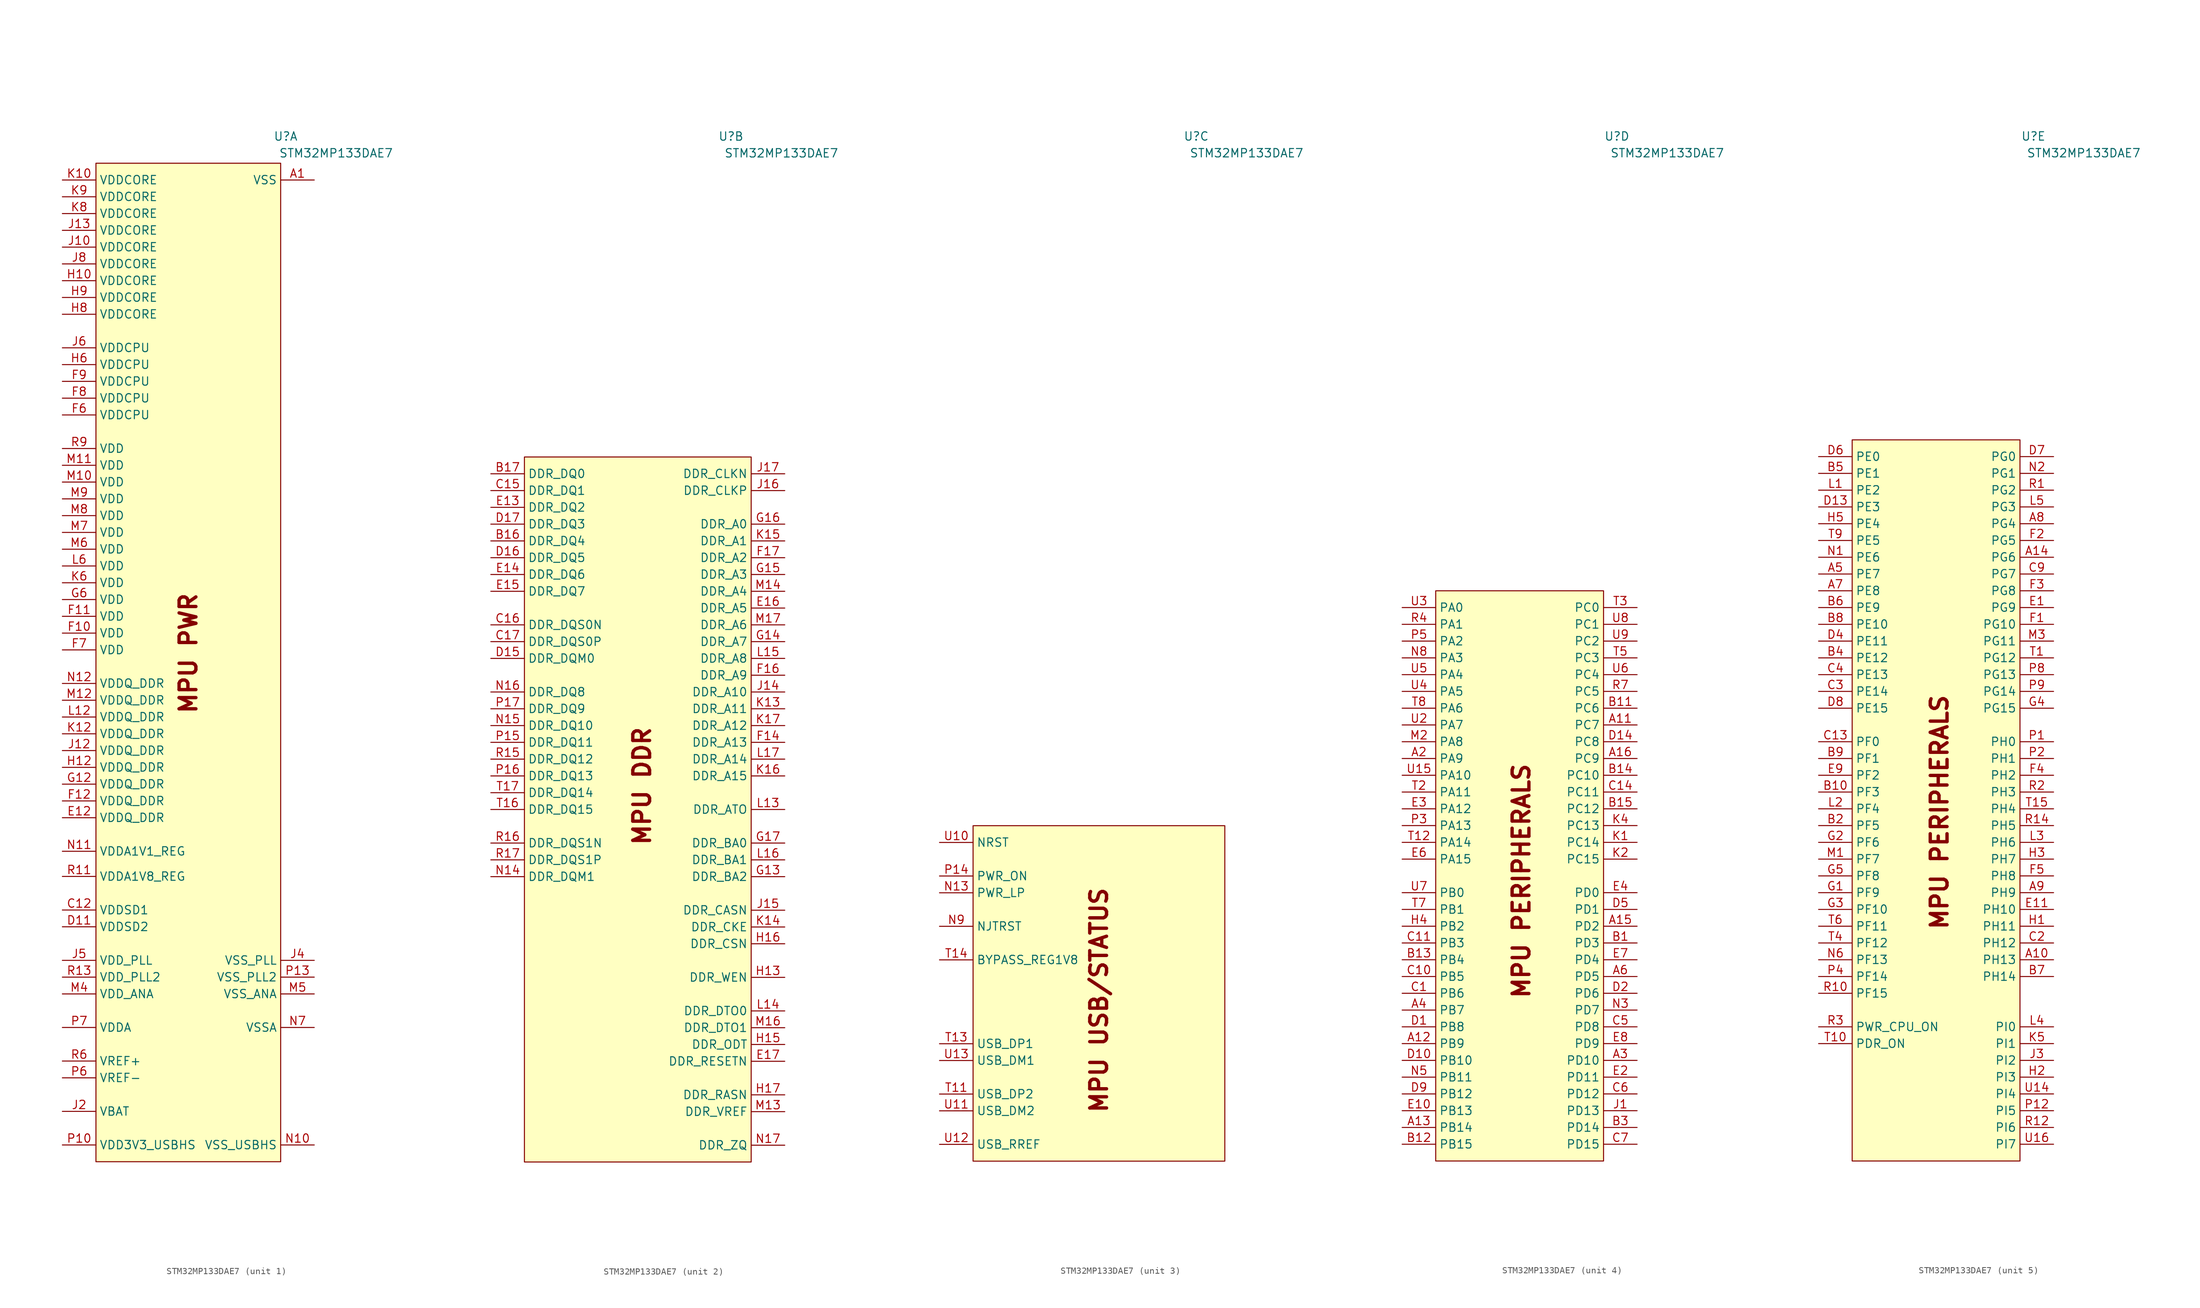
<source format=kicad_sym>
(kicad_symbol_lib
  (version 20241209)
  (generator "kicad_symbol_editor")
  (generator_version "9.0")
  (symbol "STM32MP133DAE7"
    (property "Reference" "U"
      (at 14.732 155.194 0)
      (effects (font (size 1.27 1.27))))
    (property "Value" "STM32MP133DAE7"
      (at 22.352 152.654 0)
      (effects (font (size 1.27 1.27))))
    (property "ki_locked" ""
      (at 0 0 0)
      (effects (font (size 1.27 1.27))))
    (symbol "STM32MP133DAE7_1_1"
      (rectangle (start -13.97 151.13) (end 13.97 0) (stroke (width 0) (type solid)) (fill (type background)))
      (text "MPU PWR" (at 0 76.962 900) (effects (font (size 2.54 2.54) (thickness 0.508) (bold yes))))
      (pin power_in line (at -19.05 148.59 0) (length 5.08) (name "VDDCORE" (effects (font (size 1.27 1.27)))) (number "K10" (effects (font (size 1.27 1.27)))))
      (pin power_in line (at -19.05 146.05 0) (length 5.08) (name "VDDCORE" (effects (font (size 1.27 1.27)))) (number "K9" (effects (font (size 1.27 1.27)))))
      (pin power_in line (at -19.05 143.51 0) (length 5.08) (name "VDDCORE" (effects (font (size 1.27 1.27)))) (number "K8" (effects (font (size 1.27 1.27)))))
      (pin power_in line (at -19.05 140.97 0) (length 5.08) (name "VDDCORE" (effects (font (size 1.27 1.27)))) (number "J13" (effects (font (size 1.27 1.27)))))
      (pin power_in line (at -19.05 138.43 0) (length 5.08) (name "VDDCORE" (effects (font (size 1.27 1.27)))) (number "J10" (effects (font (size 1.27 1.27)))))
      (pin power_in line (at -19.05 135.89 0) (length 5.08) (name "VDDCORE" (effects (font (size 1.27 1.27)))) (number "J8" (effects (font (size 1.27 1.27)))))
      (pin power_in line (at -19.05 133.35 0) (length 5.08) (name "VDDCORE" (effects (font (size 1.27 1.27)))) (number "H10" (effects (font (size 1.27 1.27)))))
      (pin power_in line (at -19.05 130.81 0) (length 5.08) (name "VDDCORE" (effects (font (size 1.27 1.27)))) (number "H9" (effects (font (size 1.27 1.27)))))
      (pin power_in line (at -19.05 128.27 0) (length 5.08) (name "VDDCORE" (effects (font (size 1.27 1.27)))) (number "H8" (effects (font (size 1.27 1.27)))))
      (pin power_in line (at -19.05 123.19 0) (length 5.08) (name "VDDCPU" (effects (font (size 1.27 1.27)))) (number "J6" (effects (font (size 1.27 1.27)))))
      (pin power_in line (at -19.05 120.65 0) (length 5.08) (name "VDDCPU" (effects (font (size 1.27 1.27)))) (number "H6" (effects (font (size 1.27 1.27)))))
      (pin power_in line (at -19.05 118.11 0) (length 5.08) (name "VDDCPU" (effects (font (size 1.27 1.27)))) (number "F9" (effects (font (size 1.27 1.27)))))
      (pin power_in line (at -19.05 115.57 0) (length 5.08) (name "VDDCPU" (effects (font (size 1.27 1.27)))) (number "F8" (effects (font (size 1.27 1.27)))))
      (pin power_in line (at -19.05 113.03 0) (length 5.08) (name "VDDCPU" (effects (font (size 1.27 1.27)))) (number "F6" (effects (font (size 1.27 1.27)))))
      (pin power_in line (at -19.05 107.95 0) (length 5.08) (name "VDD" (effects (font (size 1.27 1.27)))) (number "R9" (effects (font (size 1.27 1.27)))))
      (pin power_in line (at -19.05 105.41 0) (length 5.08) (name "VDD" (effects (font (size 1.27 1.27)))) (number "M11" (effects (font (size 1.27 1.27)))))
      (pin power_in line (at -19.05 102.87 0) (length 5.08) (name "VDD" (effects (font (size 1.27 1.27)))) (number "M10" (effects (font (size 1.27 1.27)))))
      (pin power_in line (at -19.05 100.33 0) (length 5.08) (name "VDD" (effects (font (size 1.27 1.27)))) (number "M9" (effects (font (size 1.27 1.27)))))
      (pin power_in line (at -19.05 97.79 0) (length 5.08) (name "VDD" (effects (font (size 1.27 1.27)))) (number "M8" (effects (font (size 1.27 1.27)))))
      (pin power_in line (at -19.05 95.25 0) (length 5.08) (name "VDD" (effects (font (size 1.27 1.27)))) (number "M7" (effects (font (size 1.27 1.27)))))
      (pin power_in line (at -19.05 92.71 0) (length 5.08) (name "VDD" (effects (font (size 1.27 1.27)))) (number "M6" (effects (font (size 1.27 1.27)))))
      (pin power_in line (at -19.05 90.17 0) (length 5.08) (name "VDD" (effects (font (size 1.27 1.27)))) (number "L6" (effects (font (size 1.27 1.27)))))
      (pin power_in line (at -19.05 87.63 0) (length 5.08) (name "VDD" (effects (font (size 1.27 1.27)))) (number "K6" (effects (font (size 1.27 1.27)))))
      (pin power_in line (at -19.05 85.09 0) (length 5.08) (name "VDD" (effects (font (size 1.27 1.27)))) (number "G6" (effects (font (size 1.27 1.27)))))
      (pin power_in line (at -19.05 82.55 0) (length 5.08) (name "VDD" (effects (font (size 1.27 1.27)))) (number "F11" (effects (font (size 1.27 1.27)))))
      (pin power_in line (at -19.05 80.01 0) (length 5.08) (name "VDD" (effects (font (size 1.27 1.27)))) (number "F10" (effects (font (size 1.27 1.27)))))
      (pin power_in line (at -19.05 77.47 0) (length 5.08) (name "VDD" (effects (font (size 1.27 1.27)))) (number "F7" (effects (font (size 1.27 1.27)))))
      (pin power_in line (at -19.05 72.39 0) (length 5.08) (name "VDDQ_DDR" (effects (font (size 1.27 1.27)))) (number "N12" (effects (font (size 1.27 1.27)))))
      (pin power_in line (at -19.05 69.85 0) (length 5.08) (name "VDDQ_DDR" (effects (font (size 1.27 1.27)))) (number "M12" (effects (font (size 1.27 1.27)))))
      (pin power_in line (at -19.05 67.31 0) (length 5.08) (name "VDDQ_DDR" (effects (font (size 1.27 1.27)))) (number "L12" (effects (font (size 1.27 1.27)))))
      (pin power_in line (at -19.05 64.77 0) (length 5.08) (name "VDDQ_DDR" (effects (font (size 1.27 1.27)))) (number "K12" (effects (font (size 1.27 1.27)))))
      (pin power_in line (at -19.05 62.23 0) (length 5.08) (name "VDDQ_DDR" (effects (font (size 1.27 1.27)))) (number "J12" (effects (font (size 1.27 1.27)))))
      (pin power_in line (at -19.05 59.69 0) (length 5.08) (name "VDDQ_DDR" (effects (font (size 1.27 1.27)))) (number "H12" (effects (font (size 1.27 1.27)))))
      (pin power_in line (at -19.05 57.15 0) (length 5.08) (name "VDDQ_DDR" (effects (font (size 1.27 1.27)))) (number "G12" (effects (font (size 1.27 1.27)))))
      (pin power_in line (at -19.05 54.61 0) (length 5.08) (name "VDDQ_DDR" (effects (font (size 1.27 1.27)))) (number "F12" (effects (font (size 1.27 1.27)))))
      (pin power_in line (at -19.05 52.07 0) (length 5.08) (name "VDDQ_DDR" (effects (font (size 1.27 1.27)))) (number "E12" (effects (font (size 1.27 1.27)))))
      (pin power_in line (at -19.05 46.99 0) (length 5.08) (name "VDDA1V1_REG" (effects (font (size 1.27 1.27)))) (number "N11" (effects (font (size 1.27 1.27)))))
      (pin power_in line (at -19.05 43.18 0) (length 5.08) (name "VDDA1V8_REG" (effects (font (size 1.27 1.27)))) (number "R11" (effects (font (size 1.27 1.27)))))
      (pin power_in line (at -19.05 38.1 0) (length 5.08) (name "VDDSD1" (effects (font (size 1.27 1.27)))) (number "C12" (effects (font (size 1.27 1.27)))))
      (pin power_in line (at -19.05 35.56 0) (length 5.08) (name "VDDSD2" (effects (font (size 1.27 1.27)))) (number "D11" (effects (font (size 1.27 1.27)))))
      (pin power_in line (at -19.05 30.48 0) (length 5.08) (name "VDD_PLL" (effects (font (size 1.27 1.27)))) (number "J5" (effects (font (size 1.27 1.27)))))
      (pin power_in line (at -19.05 27.94 0) (length 5.08) (name "VDD_PLL2" (effects (font (size 1.27 1.27)))) (number "R13" (effects (font (size 1.27 1.27)))))
      (pin power_in line (at -19.05 25.4 0) (length 5.08) (name "VDD_ANA" (effects (font (size 1.27 1.27)))) (number "M4" (effects (font (size 1.27 1.27)))))
      (pin power_in line (at -19.05 20.32 0) (length 5.08) (name "VDDA" (effects (font (size 1.27 1.27)))) (number "P7" (effects (font (size 1.27 1.27)))))
      (pin input line (at -19.05 15.24 0) (length 5.08) (name "VREF+" (effects (font (size 1.27 1.27)))) (number "R6" (effects (font (size 1.27 1.27)))))
      (pin input line (at -19.05 12.7 0) (length 5.08) (name "VREF-" (effects (font (size 1.27 1.27)))) (number "P6" (effects (font (size 1.27 1.27)))))
      (pin power_in line (at -19.05 7.62 0) (length 5.08) (name "VBAT" (effects (font (size 1.27 1.27)))) (number "J2" (effects (font (size 1.27 1.27)))))
      (pin power_in line (at -19.05 2.54 0) (length 5.08) (name "VDD3V3_USBHS" (effects (font (size 1.27 1.27)))) (number "P10" (effects (font (size 1.27 1.27)))))
      (pin power_in line (at 19.05 148.59 180) (length 5.08) (name "VSS" (effects (font (size 1.27 1.27)))) (number "A1" (effects (font (size 1.27 1.27)))))
      (pin passive line (at 19.05 148.59 180) (length 5.08) (hide yes) (name "VSS" (effects (font (size 1.27 1.27)))) (number "A17" (effects (font (size 1.27 1.27)))))
      (pin passive line (at 19.05 148.59 180) (length 5.08) (hide yes) (name "VSS" (effects (font (size 1.27 1.27)))) (number "C8" (effects (font (size 1.27 1.27)))))
      (pin passive line (at 19.05 148.59 180) (length 5.08) (hide yes) (name "VSS" (effects (font (size 1.27 1.27)))) (number "D12" (effects (font (size 1.27 1.27)))))
      (pin passive line (at 19.05 148.59 180) (length 5.08) (hide yes) (name "VSS" (effects (font (size 1.27 1.27)))) (number "D3" (effects (font (size 1.27 1.27)))))
      (pin passive line (at 19.05 148.59 180) (length 5.08) (hide yes) (name "VSS" (effects (font (size 1.27 1.27)))) (number "E5" (effects (font (size 1.27 1.27)))))
      (pin passive line (at 19.05 148.59 180) (length 5.08) (hide yes) (name "VSS" (effects (font (size 1.27 1.27)))) (number "F13" (effects (font (size 1.27 1.27)))))
      (pin passive line (at 19.05 148.59 180) (length 5.08) (hide yes) (name "VSS" (effects (font (size 1.27 1.27)))) (number "F15" (effects (font (size 1.27 1.27)))))
      (pin passive line (at 19.05 148.59 180) (length 5.08) (hide yes) (name "VSS" (effects (font (size 1.27 1.27)))) (number "G10" (effects (font (size 1.27 1.27)))))
      (pin passive line (at 19.05 148.59 180) (length 5.08) (hide yes) (name "VSS" (effects (font (size 1.27 1.27)))) (number "G11" (effects (font (size 1.27 1.27)))))
      (pin passive line (at 19.05 148.59 180) (length 5.08) (hide yes) (name "VSS" (effects (font (size 1.27 1.27)))) (number "G7" (effects (font (size 1.27 1.27)))))
      (pin passive line (at 19.05 148.59 180) (length 5.08) (hide yes) (name "VSS" (effects (font (size 1.27 1.27)))) (number "G8" (effects (font (size 1.27 1.27)))))
      (pin passive line (at 19.05 148.59 180) (length 5.08) (hide yes) (name "VSS" (effects (font (size 1.27 1.27)))) (number "G9" (effects (font (size 1.27 1.27)))))
      (pin passive line (at 19.05 148.59 180) (length 5.08) (hide yes) (name "VSS" (effects (font (size 1.27 1.27)))) (number "H11" (effects (font (size 1.27 1.27)))))
      (pin passive line (at 19.05 148.59 180) (length 5.08) (hide yes) (name "VSS" (effects (font (size 1.27 1.27)))) (number "H14" (effects (font (size 1.27 1.27)))))
      (pin passive line (at 19.05 148.59 180) (length 5.08) (hide yes) (name "VSS" (effects (font (size 1.27 1.27)))) (number "H7" (effects (font (size 1.27 1.27)))))
      (pin passive line (at 19.05 148.59 180) (length 5.08) (hide yes) (name "VSS" (effects (font (size 1.27 1.27)))) (number "J11" (effects (font (size 1.27 1.27)))))
      (pin passive line (at 19.05 148.59 180) (length 5.08) (hide yes) (name "VSS" (effects (font (size 1.27 1.27)))) (number "J7" (effects (font (size 1.27 1.27)))))
      (pin passive line (at 19.05 148.59 180) (length 5.08) (hide yes) (name "VSS" (effects (font (size 1.27 1.27)))) (number "J9" (effects (font (size 1.27 1.27)))))
      (pin passive line (at 19.05 148.59 180) (length 5.08) (hide yes) (name "VSS" (effects (font (size 1.27 1.27)))) (number "K11" (effects (font (size 1.27 1.27)))))
      (pin passive line (at 19.05 148.59 180) (length 5.08) (hide yes) (name "VSS" (effects (font (size 1.27 1.27)))) (number "K3" (effects (font (size 1.27 1.27)))))
      (pin passive line (at 19.05 148.59 180) (length 5.08) (hide yes) (name "VSS" (effects (font (size 1.27 1.27)))) (number "K7" (effects (font (size 1.27 1.27)))))
      (pin passive line (at 19.05 148.59 180) (length 5.08) (hide yes) (name "VSS" (effects (font (size 1.27 1.27)))) (number "L10" (effects (font (size 1.27 1.27)))))
      (pin passive line (at 19.05 148.59 180) (length 5.08) (hide yes) (name "VSS" (effects (font (size 1.27 1.27)))) (number "L11" (effects (font (size 1.27 1.27)))))
      (pin passive line (at 19.05 148.59 180) (length 5.08) (hide yes) (name "VSS" (effects (font (size 1.27 1.27)))) (number "L7" (effects (font (size 1.27 1.27)))))
      (pin passive line (at 19.05 148.59 180) (length 5.08) (hide yes) (name "VSS" (effects (font (size 1.27 1.27)))) (number "L8" (effects (font (size 1.27 1.27)))))
      (pin passive line (at 19.05 148.59 180) (length 5.08) (hide yes) (name "VSS" (effects (font (size 1.27 1.27)))) (number "L9" (effects (font (size 1.27 1.27)))))
      (pin passive line (at 19.05 148.59 180) (length 5.08) (hide yes) (name "VSS" (effects (font (size 1.27 1.27)))) (number "M15" (effects (font (size 1.27 1.27)))))
      (pin passive line (at 19.05 148.59 180) (length 5.08) (hide yes) (name "VSS" (effects (font (size 1.27 1.27)))) (number "N4" (effects (font (size 1.27 1.27)))))
      (pin passive line (at 19.05 148.59 180) (length 5.08) (hide yes) (name "VSS" (effects (font (size 1.27 1.27)))) (number "P11" (effects (font (size 1.27 1.27)))))
      (pin passive line (at 19.05 148.59 180) (length 5.08) (hide yes) (name "VSS" (effects (font (size 1.27 1.27)))) (number "R5" (effects (font (size 1.27 1.27)))))
      (pin passive line (at 19.05 148.59 180) (length 5.08) (hide yes) (name "VSS" (effects (font (size 1.27 1.27)))) (number "R8" (effects (font (size 1.27 1.27)))))
      (pin passive line (at 19.05 148.59 180) (length 5.08) (hide yes) (name "VSS" (effects (font (size 1.27 1.27)))) (number "U1" (effects (font (size 1.27 1.27)))))
      (pin passive line (at 19.05 148.59 180) (length 5.08) (hide yes) (name "VSS" (effects (font (size 1.27 1.27)))) (number "U17" (effects (font (size 1.27 1.27)))))
      (pin power_in line (at 19.05 30.48 180) (length 5.08) (name "VSS_PLL" (effects (font (size 1.27 1.27)))) (number "J4" (effects (font (size 1.27 1.27)))))
      (pin power_in line (at 19.05 27.94 180) (length 5.08) (name "VSS_PLL2" (effects (font (size 1.27 1.27)))) (number "P13" (effects (font (size 1.27 1.27)))))
      (pin power_in line (at 19.05 25.4 180) (length 5.08) (name "VSS_ANA" (effects (font (size 1.27 1.27)))) (number "M5" (effects (font (size 1.27 1.27)))))
      (pin power_in line (at 19.05 20.32 180) (length 5.08) (name "VSSA" (effects (font (size 1.27 1.27)))) (number "N7" (effects (font (size 1.27 1.27)))))
      (pin power_in line (at 19.05 2.54 180) (length 5.08) (name "VSS_USBHS" (effects (font (size 1.27 1.27)))) (number "N10" (effects (font (size 1.27 1.27))))))
    (symbol "STM32MP133DAE7_2_1"
      (rectangle (start -16.51 106.68) (end 17.78 0) (stroke (width 0) (type solid)) (fill (type background)))
      (text "MPU DDR" (at 1.27 56.896 900) (effects (font (size 2.54 2.54) (thickness 0.508) (bold yes))))
      (pin bidirectional line (at -21.59 104.14 0) (length 5.08) (name "DDR_DQ0" (effects (font (size 1.27 1.27)))) (number "B17" (effects (font (size 1.27 1.27)))) (alternate "DDR_DQ0" bidirectional line))
      (pin bidirectional line (at -21.59 101.6 0) (length 5.08) (name "DDR_DQ1" (effects (font (size 1.27 1.27)))) (number "C15" (effects (font (size 1.27 1.27)))) (alternate "DDR_DQ1" bidirectional line))
      (pin bidirectional line (at -21.59 99.06 0) (length 5.08) (name "DDR_DQ2" (effects (font (size 1.27 1.27)))) (number "E13" (effects (font (size 1.27 1.27)))) (alternate "DDR_DQ2" bidirectional line))
      (pin bidirectional line (at -21.59 96.52 0) (length 5.08) (name "DDR_DQ3" (effects (font (size 1.27 1.27)))) (number "D17" (effects (font (size 1.27 1.27)))) (alternate "DDR_DQ3" bidirectional line))
      (pin bidirectional line (at -21.59 93.98 0) (length 5.08) (name "DDR_DQ4" (effects (font (size 1.27 1.27)))) (number "B16" (effects (font (size 1.27 1.27)))) (alternate "DDR_DQ4" bidirectional line))
      (pin bidirectional line (at -21.59 91.44 0) (length 5.08) (name "DDR_DQ5" (effects (font (size 1.27 1.27)))) (number "D16" (effects (font (size 1.27 1.27)))) (alternate "DDR_DQ5" bidirectional line))
      (pin bidirectional line (at -21.59 88.9 0) (length 5.08) (name "DDR_DQ6" (effects (font (size 1.27 1.27)))) (number "E14" (effects (font (size 1.27 1.27)))) (alternate "DDR_DQ6" bidirectional line))
      (pin bidirectional line (at -21.59 86.36 0) (length 5.08) (name "DDR_DQ7" (effects (font (size 1.27 1.27)))) (number "E15" (effects (font (size 1.27 1.27)))) (alternate "DDR_DQ7" bidirectional line))
      (pin bidirectional line (at -21.59 81.28 0) (length 5.08) (name "DDR_DQS0N" (effects (font (size 1.27 1.27)))) (number "C16" (effects (font (size 1.27 1.27)))) (alternate "DDR_DQS0N" bidirectional line))
      (pin bidirectional line (at -21.59 78.74 0) (length 5.08) (name "DDR_DQS0P" (effects (font (size 1.27 1.27)))) (number "C17" (effects (font (size 1.27 1.27)))) (alternate "DDR_DQS0P" bidirectional line))
      (pin bidirectional line (at -21.59 76.2 0) (length 5.08) (name "DDR_DQM0" (effects (font (size 1.27 1.27)))) (number "D15" (effects (font (size 1.27 1.27)))) (alternate "DDR_DQM0" bidirectional line))
      (pin bidirectional line (at -21.59 71.12 0) (length 5.08) (name "DDR_DQ8" (effects (font (size 1.27 1.27)))) (number "N16" (effects (font (size 1.27 1.27)))) (alternate "DDR_DQ8" bidirectional line))
      (pin bidirectional line (at -21.59 68.58 0) (length 5.08) (name "DDR_DQ9" (effects (font (size 1.27 1.27)))) (number "P17" (effects (font (size 1.27 1.27)))) (alternate "DDR_DQ9" bidirectional line))
      (pin bidirectional line (at -21.59 66.04 0) (length 5.08) (name "DDR_DQ10" (effects (font (size 1.27 1.27)))) (number "N15" (effects (font (size 1.27 1.27)))) (alternate "DDR_DQ10" bidirectional line))
      (pin bidirectional line (at -21.59 63.5 0) (length 5.08) (name "DDR_DQ11" (effects (font (size 1.27 1.27)))) (number "P15" (effects (font (size 1.27 1.27)))) (alternate "DDR_DQ11" bidirectional line))
      (pin bidirectional line (at -21.59 60.96 0) (length 5.08) (name "DDR_DQ12" (effects (font (size 1.27 1.27)))) (number "R15" (effects (font (size 1.27 1.27)))) (alternate "DDR_DQ12" bidirectional line))
      (pin bidirectional line (at -21.59 58.42 0) (length 5.08) (name "DDR_DQ13" (effects (font (size 1.27 1.27)))) (number "P16" (effects (font (size 1.27 1.27)))) (alternate "DDR_DQ13" bidirectional line))
      (pin bidirectional line (at -21.59 55.88 0) (length 5.08) (name "DDR_DQ14" (effects (font (size 1.27 1.27)))) (number "T17" (effects (font (size 1.27 1.27)))) (alternate "DDR_DQ14" bidirectional line))
      (pin bidirectional line (at -21.59 53.34 0) (length 5.08) (name "DDR_DQ15" (effects (font (size 1.27 1.27)))) (number "T16" (effects (font (size 1.27 1.27)))) (alternate "DDR_DQ15" bidirectional line))
      (pin bidirectional line (at -21.59 48.26 0) (length 5.08) (name "DDR_DQS1N" (effects (font (size 1.27 1.27)))) (number "R16" (effects (font (size 1.27 1.27)))) (alternate "DDR_DQS1N" bidirectional line))
      (pin bidirectional line (at -21.59 45.72 0) (length 5.08) (name "DDR_DQS1P" (effects (font (size 1.27 1.27)))) (number "R17" (effects (font (size 1.27 1.27)))) (alternate "DDR_DQS1P" bidirectional line))
      (pin bidirectional line (at -21.59 43.18 0) (length 5.08) (name "DDR_DQM1" (effects (font (size 1.27 1.27)))) (number "N14" (effects (font (size 1.27 1.27)))) (alternate "DDR_DQM1" bidirectional line))
      (pin bidirectional line (at 22.86 104.14 180) (length 5.08) (name "DDR_CLKN" (effects (font (size 1.27 1.27)))) (number "J17" (effects (font (size 1.27 1.27)))) (alternate "DDR_CLKN" bidirectional line))
      (pin bidirectional line (at 22.86 101.6 180) (length 5.08) (name "DDR_CLKP" (effects (font (size 1.27 1.27)))) (number "J16" (effects (font (size 1.27 1.27)))) (alternate "DDR_CLKP" bidirectional line))
      (pin bidirectional line (at 22.86 96.52 180) (length 5.08) (name "DDR_A0" (effects (font (size 1.27 1.27)))) (number "G16" (effects (font (size 1.27 1.27)))) (alternate "DDR_A0" bidirectional line))
      (pin bidirectional line (at 22.86 93.98 180) (length 5.08) (name "DDR_A1" (effects (font (size 1.27 1.27)))) (number "K15" (effects (font (size 1.27 1.27)))) (alternate "DDR_A1" bidirectional line))
      (pin bidirectional line (at 22.86 91.44 180) (length 5.08) (name "DDR_A2" (effects (font (size 1.27 1.27)))) (number "F17" (effects (font (size 1.27 1.27)))) (alternate "DDR_A2" bidirectional line))
      (pin bidirectional line (at 22.86 88.9 180) (length 5.08) (name "DDR_A3" (effects (font (size 1.27 1.27)))) (number "G15" (effects (font (size 1.27 1.27)))) (alternate "DDR_A3" bidirectional line))
      (pin bidirectional line (at 22.86 86.36 180) (length 5.08) (name "DDR_A4" (effects (font (size 1.27 1.27)))) (number "M14" (effects (font (size 1.27 1.27)))) (alternate "DDR_A4" bidirectional line))
      (pin bidirectional line (at 22.86 83.82 180) (length 5.08) (name "DDR_A5" (effects (font (size 1.27 1.27)))) (number "E16" (effects (font (size 1.27 1.27)))) (alternate "DDR_A5" bidirectional line))
      (pin bidirectional line (at 22.86 81.28 180) (length 5.08) (name "DDR_A6" (effects (font (size 1.27 1.27)))) (number "M17" (effects (font (size 1.27 1.27)))) (alternate "DDR_A6" bidirectional line))
      (pin bidirectional line (at 22.86 78.74 180) (length 5.08) (name "DDR_A7" (effects (font (size 1.27 1.27)))) (number "G14" (effects (font (size 1.27 1.27)))) (alternate "DDR_A7" bidirectional line))
      (pin bidirectional line (at 22.86 76.2 180) (length 5.08) (name "DDR_A8" (effects (font (size 1.27 1.27)))) (number "L15" (effects (font (size 1.27 1.27)))) (alternate "DDR_A8" bidirectional line))
      (pin bidirectional line (at 22.86 73.66 180) (length 5.08) (name "DDR_A9" (effects (font (size 1.27 1.27)))) (number "F16" (effects (font (size 1.27 1.27)))) (alternate "DDR_A9" bidirectional line))
      (pin bidirectional line (at 22.86 71.12 180) (length 5.08) (name "DDR_A10" (effects (font (size 1.27 1.27)))) (number "J14" (effects (font (size 1.27 1.27)))) (alternate "DDR_A10" bidirectional line))
      (pin bidirectional line (at 22.86 68.58 180) (length 5.08) (name "DDR_A11" (effects (font (size 1.27 1.27)))) (number "K13" (effects (font (size 1.27 1.27)))) (alternate "DDR_A11" bidirectional line))
      (pin bidirectional line (at 22.86 66.04 180) (length 5.08) (name "DDR_A12" (effects (font (size 1.27 1.27)))) (number "K17" (effects (font (size 1.27 1.27)))) (alternate "DDR_A12" bidirectional line))
      (pin bidirectional line (at 22.86 63.5 180) (length 5.08) (name "DDR_A13" (effects (font (size 1.27 1.27)))) (number "F14" (effects (font (size 1.27 1.27)))) (alternate "DDR_A13" bidirectional line))
      (pin bidirectional line (at 22.86 60.96 180) (length 5.08) (name "DDR_A14" (effects (font (size 1.27 1.27)))) (number "L17" (effects (font (size 1.27 1.27)))) (alternate "DDR_A14" bidirectional line))
      (pin bidirectional line (at 22.86 58.42 180) (length 5.08) (name "DDR_A15" (effects (font (size 1.27 1.27)))) (number "K16" (effects (font (size 1.27 1.27)))) (alternate "DDR_A15" bidirectional line))
      (pin bidirectional line (at 22.86 53.34 180) (length 5.08) (name "DDR_ATO" (effects (font (size 1.27 1.27)))) (number "L13" (effects (font (size 1.27 1.27)))) (alternate "DDR_ATO" bidirectional line))
      (pin bidirectional line (at 22.86 48.26 180) (length 5.08) (name "DDR_BA0" (effects (font (size 1.27 1.27)))) (number "G17" (effects (font (size 1.27 1.27)))) (alternate "DDR_BA0" bidirectional line))
      (pin bidirectional line (at 22.86 45.72 180) (length 5.08) (name "DDR_BA1" (effects (font (size 1.27 1.27)))) (number "L16" (effects (font (size 1.27 1.27)))) (alternate "DDR_BA1" bidirectional line))
      (pin bidirectional line (at 22.86 43.18 180) (length 5.08) (name "DDR_BA2" (effects (font (size 1.27 1.27)))) (number "G13" (effects (font (size 1.27 1.27)))) (alternate "DDR_BA2" bidirectional line))
      (pin bidirectional line (at 22.86 38.1 180) (length 5.08) (name "DDR_CASN" (effects (font (size 1.27 1.27)))) (number "J15" (effects (font (size 1.27 1.27)))) (alternate "DDR_CASN" bidirectional line))
      (pin bidirectional line (at 22.86 35.56 180) (length 5.08) (name "DDR_CKE" (effects (font (size 1.27 1.27)))) (number "K14" (effects (font (size 1.27 1.27)))) (alternate "DDR_CKE" bidirectional line))
      (pin bidirectional line (at 22.86 33.02 180) (length 5.08) (name "DDR_CSN" (effects (font (size 1.27 1.27)))) (number "H16" (effects (font (size 1.27 1.27)))) (alternate "DDR_CSN" bidirectional line))
      (pin bidirectional line (at 22.86 27.94 180) (length 5.08) (name "DDR_WEN" (effects (font (size 1.27 1.27)))) (number "H13" (effects (font (size 1.27 1.27)))) (alternate "DDR_WEN" bidirectional line))
      (pin bidirectional line (at 22.86 22.86 180) (length 5.08) (name "DDR_DTO0" (effects (font (size 1.27 1.27)))) (number "L14" (effects (font (size 1.27 1.27)))) (alternate "DDR_DTO0" bidirectional line))
      (pin bidirectional line (at 22.86 20.32 180) (length 5.08) (name "DDR_DTO1" (effects (font (size 1.27 1.27)))) (number "M16" (effects (font (size 1.27 1.27)))) (alternate "DDR_DTO1" bidirectional line))
      (pin bidirectional line (at 22.86 17.78 180) (length 5.08) (name "DDR_ODT" (effects (font (size 1.27 1.27)))) (number "H15" (effects (font (size 1.27 1.27)))) (alternate "DDR_ODT" bidirectional line))
      (pin bidirectional line (at 22.86 15.24 180) (length 5.08) (name "DDR_RESETN" (effects (font (size 1.27 1.27)))) (number "E17" (effects (font (size 1.27 1.27)))) (alternate "DDR_RESETN" bidirectional line))
      (pin bidirectional line (at 22.86 10.16 180) (length 5.08) (name "DDR_RASN" (effects (font (size 1.27 1.27)))) (number "H17" (effects (font (size 1.27 1.27)))) (alternate "DDR_RASN" bidirectional line))
      (pin bidirectional line (at 22.86 7.62 180) (length 5.08) (name "DDR_VREF" (effects (font (size 1.27 1.27)))) (number "M13" (effects (font (size 1.27 1.27)))) (alternate "DDR_VREF" bidirectional line))
      (pin bidirectional line (at 22.86 2.54 180) (length 5.08) (name "DDR_ZQ" (effects (font (size 1.27 1.27)))) (number "N17" (effects (font (size 1.27 1.27)))) (alternate "DDR_ZQ" bidirectional line)))
    (symbol "STM32MP133DAE7_3_1"
      (rectangle (start -19.05 50.8) (end 19.05 0) (stroke (width 0) (type solid)) (fill (type background)))
      (text "MPU USB/STATUS\n" (at 0 24.384 900) (effects (font (size 2.54 2.54) (thickness 0.508) (bold yes))))
      (pin input line (at -24.13 48.26 0) (length 5.08) (name "NRST" (effects (font (size 1.27 1.27)))) (number "U10" (effects (font (size 1.27 1.27)))))
      (pin output line (at -24.13 43.18 0) (length 5.08) (name "PWR_ON" (effects (font (size 1.27 1.27)))) (number "P14" (effects (font (size 1.27 1.27)))))
      (pin output line (at -24.13 40.64 0) (length 5.08) (name "PWR_LP" (effects (font (size 1.27 1.27)))) (number "N13" (effects (font (size 1.27 1.27)))))
      (pin bidirectional line (at -24.13 35.56 0) (length 5.08) (name "NJTRST" (effects (font (size 1.27 1.27)))) (number "N9" (effects (font (size 1.27 1.27)))) (alternate "DEBUG_JTRST" bidirectional line))
      (pin bidirectional line (at -24.13 30.48 0) (length 5.08) (name "BYPASS_REG1V8" (effects (font (size 1.27 1.27)))) (number "T14" (effects (font (size 1.27 1.27)))))
      (pin bidirectional line (at -24.13 17.78 0) (length 5.08) (name "USB_DP1" (effects (font (size 1.27 1.27)))) (number "T13" (effects (font (size 1.27 1.27)))) (alternate "USBH_HS1_DP" bidirectional line))
      (pin bidirectional line (at -24.13 15.24 0) (length 5.08) (name "USB_DM1" (effects (font (size 1.27 1.27)))) (number "U13" (effects (font (size 1.27 1.27)))) (alternate "USBH_HS1_DM" bidirectional line))
      (pin bidirectional line (at -24.13 10.16 0) (length 5.08) (name "USB_DP2" (effects (font (size 1.27 1.27)))) (number "T11" (effects (font (size 1.27 1.27)))) (alternate "USBH_HS2_DP" bidirectional line) (alternate "USB_OTG_HS_DP" bidirectional line))
      (pin bidirectional line (at -24.13 7.62 0) (length 5.08) (name "USB_DM2" (effects (font (size 1.27 1.27)))) (number "U11" (effects (font (size 1.27 1.27)))) (alternate "USBH_HS2_DM" bidirectional line) (alternate "USB_OTG_HS_DM" bidirectional line))
      (pin bidirectional line (at -24.13 2.54 0) (length 5.08) (name "USB_RREF" (effects (font (size 1.27 1.27)))) (number "U12" (effects (font (size 1.27 1.27))))))
    (symbol "STM32MP133DAE7_4_1"
      (rectangle (start -12.7 86.36) (end 12.7 0) (stroke (width 0) (type solid)) (fill (type background)))
      (text "MPU PERIPHERALS\n" (at 0.254 42.418 900) (effects (font (size 2.54 2.54) (thickness 0.508) (bold yes))))
      (pin bidirectional line (at -17.78 83.82 0) (length 5.08) (name "PA0" (effects (font (size 1.27 1.27)))) (number "U3" (effects (font (size 1.27 1.27)))) (alternate "ADC1_INN3" bidirectional line) (alternate "ADC1_INP7" bidirectional line) (alternate "ADC2_INN3" bidirectional line) (alternate "ADC2_INP7" bidirectional line) (alternate "ETH1_CRS" bidirectional line) (alternate "ETH2_CRS" bidirectional line) (alternate "SAI1_SD_B" bidirectional line) (alternate "TIM15_BKIN" bidirectional line) (alternate "TIM2_CH1" bidirectional line) (alternate "TIM2_ETR" bidirectional line) (alternate "TIM5_CH1" bidirectional line) (alternate "TIM8_ETR" bidirectional line) (alternate "UART5_TX" bidirectional line))
      (pin bidirectional line (at -17.78 81.28 0) (length 5.08) (name "PA1" (effects (font (size 1.27 1.27)))) (number "R4" (effects (font (size 1.27 1.27)))) (alternate "ADC1_INP3" bidirectional line) (alternate "ADC2_INP3" bidirectional line) (alternate "DFSDM1_CKIN0" bidirectional line) (alternate "ETH1_REF_CLK" bidirectional line) (alternate "ETH1_RX_CLK" bidirectional line) (alternate "LPTIM3_OUT" bidirectional line) (alternate "TIM15_CH1N" bidirectional line) (alternate "TIM2_CH2" bidirectional line) (alternate "TIM5_CH2" bidirectional line) (alternate "USART2_DE" bidirectional line) (alternate "USART2_RTS" bidirectional line))
      (pin bidirectional line (at -17.78 78.74 0) (length 5.08) (name "PA2" (effects (font (size 1.27 1.27)))) (number "P5" (effects (font (size 1.27 1.27)))) (alternate "ADC1_INP1" bidirectional line) (alternate "ADC2_INP1" bidirectional line) (alternate "ETH1_MDIO" bidirectional line) (alternate "LPTIM4_OUT" bidirectional line) (alternate "TIM15_CH1" bidirectional line) (alternate "TIM2_CH3" bidirectional line) (alternate "TIM5_CH3" bidirectional line) (alternate "USART2_TX" bidirectional line))
      (pin bidirectional line (at -17.78 76.2 0) (length 5.08) (name "PA3" (effects (font (size 1.27 1.27)))) (number "N8" (effects (font (size 1.27 1.27)))) (alternate "ADC1_INN11" bidirectional line) (alternate "ADC1_INP12" bidirectional line) (alternate "ETH1_COL" bidirectional line) (alternate "ETH2_COL" bidirectional line) (alternate "I2S1_SDO" bidirectional line) (alternate "LPTIM5_OUT" bidirectional line) (alternate "PWR_PVD_IN" bidirectional line) (alternate "PWR_WKUP6" bidirectional line) (alternate "SAI1_FS_B" bidirectional line) (alternate "SPI1_MOSI" bidirectional line) (alternate "TIM15_CH2" bidirectional line) (alternate "TIM2_CH4" bidirectional line) (alternate "TIM5_CH4" bidirectional line) (alternate "USART2_RX" bidirectional line))
      (pin bidirectional line (at -17.78 73.66 0) (length 5.08) (name "PA4" (effects (font (size 1.27 1.27)))) (number "U5" (effects (font (size 1.27 1.27)))) (alternate "ADC1_INP14" bidirectional line) (alternate "DFSDM1_CKIN1" bidirectional line) (alternate "ETH1_PPS_OUT" bidirectional line) (alternate "ETH2_PPS_OUT" bidirectional line) (alternate "I2S1_WS" bidirectional line) (alternate "SAI1_SCK_A" bidirectional line) (alternate "SAI1_SCK_B" bidirectional line) (alternate "SPI1_NSS" bidirectional line) (alternate "TIM5_ETR" bidirectional line) (alternate "USART2_CK" bidirectional line))
      (pin bidirectional line (at -17.78 71.12 0) (length 5.08) (name "PA5" (effects (font (size 1.27 1.27)))) (number "U4" (effects (font (size 1.27 1.27)))) (alternate "ADC1_INP2" bidirectional line) (alternate "ETH1_PPS_OUT" bidirectional line) (alternate "ETH2_PPS_OUT" bidirectional line) (alternate "I2S1_WS" bidirectional line) (alternate "SAI1_D1" bidirectional line) (alternate "SAI1_SD_A" bidirectional line) (alternate "SPI1_NSS" bidirectional line) (alternate "TIM2_CH1" bidirectional line) (alternate "TIM2_ETR" bidirectional line) (alternate "TIM8_CH1N" bidirectional line) (alternate "USART2_CK" bidirectional line))
      (pin bidirectional line (at -17.78 68.58 0) (length 5.08) (name "PA6" (effects (font (size 1.27 1.27)))) (number "T8" (effects (font (size 1.27 1.27)))) (alternate "ADC1_INN16" bidirectional line) (alternate "ADC1_INP17" bidirectional line) (alternate "I2S1_SDI" bidirectional line) (alternate "SAI2_CK2" bidirectional line) (alternate "SAI2_SCK_A" bidirectional line) (alternate "SPI1_MISO" bidirectional line) (alternate "TAMP_IN2" bidirectional line) (alternate "TIM13_CH1" bidirectional line) (alternate "TIM1_BKIN" bidirectional line) (alternate "TIM3_CH1" bidirectional line) (alternate "TIM8_BKIN" bidirectional line) (alternate "UART4_DE" bidirectional line) (alternate "UART4_RTS" bidirectional line) (alternate "USART1_CK" bidirectional line))
      (pin bidirectional line (at -17.78 66.04 0) (length 5.08) (name "PA7" (effects (font (size 1.27 1.27)))) (number "U2" (effects (font (size 1.27 1.27)))) (alternate "ADC1_INP16" bidirectional line) (alternate "ETH1_CRS_DV" bidirectional line) (alternate "ETH1_RX_CTL" bidirectional line) (alternate "ETH1_RX_DV" bidirectional line) (alternate "I2S1_CK" bidirectional line) (alternate "SAI2_D1" bidirectional line) (alternate "SAI2_SD_A" bidirectional line) (alternate "SPI1_SCK" bidirectional line) (alternate "TIM14_CH1" bidirectional line) (alternate "TIM1_CH1N" bidirectional line) (alternate "TIM3_CH2" bidirectional line) (alternate "TIM8_CH1N" bidirectional line) (alternate "USART1_CTS" bidirectional line) (alternate "USART1_NSS" bidirectional line))
      (pin bidirectional line (at -17.78 63.5 0) (length 5.08) (name "PA8" (effects (font (size 1.27 1.27)))) (number "M2" (effects (font (size 1.27 1.27)))) (alternate "ETH2_RXD3" bidirectional line) (alternate "FMC_A21" bidirectional line) (alternate "I2C4_SDA" bidirectional line) (alternate "I2S2_SDO" bidirectional line) (alternate "RCC_MCO_1" bidirectional line) (alternate "SAI2_CK1" bidirectional line) (alternate "SAI2_MCLK_A" bidirectional line) (alternate "SPI2_MOSI" bidirectional line) (alternate "SPI5_MISO" bidirectional line) (alternate "TIM8_BKIN2" bidirectional line) (alternate "USART1_CK" bidirectional line) (alternate "USB_OTG_HS_SOF" bidirectional line))
      (pin bidirectional line (at -17.78 60.96 0) (length 5.08) (name "PA9" (effects (font (size 1.27 1.27)))) (number "A2" (effects (font (size 1.27 1.27)))) (alternate "DFSDM1_DATIN0" bidirectional line) (alternate "FMC_NWAIT" bidirectional line) (alternate "I2C3_SMBA" bidirectional line) (alternate "TIM1_CH2" bidirectional line) (alternate "UART4_TX" bidirectional line) (alternate "USART1_TX" bidirectional line))
      (pin bidirectional line (at -17.78 58.42 0) (length 5.08) (name "PA10" (effects (font (size 1.27 1.27)))) (number "U15" (effects (font (size 1.27 1.27)))) (alternate "TIM1_CH3" bidirectional line) (alternate "USB_OTG_HS_ID" bidirectional line))
      (pin bidirectional line (at -17.78 55.88 0) (length 5.08) (name "PA11" (effects (font (size 1.27 1.27)))) (number "T2" (effects (font (size 1.27 1.27)))) (alternate "ADC1_EXTI11" bidirectional line) (alternate "ADC2_EXTI11" bidirectional line) (alternate "ETH1_CLK" bidirectional line) (alternate "ETH2_CLK" bidirectional line) (alternate "ETH2_RXD1" bidirectional line) (alternate "I2C5_SCL" bidirectional line) (alternate "I2S2_WS" bidirectional line) (alternate "SPI2_NSS" bidirectional line) (alternate "TIM1_CH4" bidirectional line) (alternate "USART1_CTS" bidirectional line) (alternate "USART1_NSS" bidirectional line))
      (pin bidirectional line (at -17.78 53.34 0) (length 5.08) (name "PA12" (effects (font (size 1.27 1.27)))) (number "E3" (effects (font (size 1.27 1.27)))) (alternate "ETH2_CRS_DV" bidirectional line) (alternate "ETH2_RX_CTL" bidirectional line) (alternate "ETH2_RX_DV" bidirectional line) (alternate "FMC_A7" bidirectional line) (alternate "SAI2_MCLK_A" bidirectional line) (alternate "TIM1_ETR" bidirectional line) (alternate "USART1_DE" bidirectional line) (alternate "USART1_RTS" bidirectional line))
      (pin bidirectional line (at -17.78 50.8 0) (length 5.08) (name "PA13" (effects (font (size 1.27 1.27)))) (number "P3" (effects (font (size 1.27 1.27)))) (alternate "DEBUG_DBTRGI" bidirectional line) (alternate "DEBUG_DBTRGO" bidirectional line) (alternate "RCC_MCO_1" bidirectional line) (alternate "UART4_TX" bidirectional line))
      (pin bidirectional line (at -17.78 48.26 0) (length 5.08) (name "PA14" (effects (font (size 1.27 1.27)))) (number "T12" (effects (font (size 1.27 1.27)))) (alternate "DEBUG_DBTRGI" bidirectional line) (alternate "DEBUG_DBTRGO" bidirectional line) (alternate "RCC_MCO_2" bidirectional line) (alternate "USB_OTG_HS_SOF" bidirectional line))
      (pin bidirectional line (at -17.78 45.72 0) (length 5.08) (name "PA15" (effects (font (size 1.27 1.27)))) (number "E6" (effects (font (size 1.27 1.27)))) (alternate "ADC1_EXTI15" bidirectional line) (alternate "ADC2_EXTI15" bidirectional line) (alternate "DEBUG_TRACED5" bidirectional line) (alternate "FMC_A9" bidirectional line) (alternate "HDP_HDP5" bidirectional line) (alternate "I2S4_MCK" bidirectional line) (alternate "TIM2_CH1" bidirectional line) (alternate "TIM2_ETR" bidirectional line) (alternate "UART4_DE" bidirectional line) (alternate "UART4_RTS" bidirectional line) (alternate "UART4_RX" bidirectional line))
      (pin bidirectional line (at -17.78 40.64 0) (length 5.08) (name "PB0" (effects (font (size 1.27 1.27)))) (number "U7" (effects (font (size 1.27 1.27)))) (alternate "ADC1_INN5" bidirectional line) (alternate "ADC1_INP9" bidirectional line) (alternate "ADC2_INN5" bidirectional line) (alternate "ADC2_INP9" bidirectional line) (alternate "DEBUG_DBTRGI" bidirectional line) (alternate "ETH1_RXD2" bidirectional line) (alternate "I2S1_MCK" bidirectional line) (alternate "SAI2_D2" bidirectional line) (alternate "SAI2_FS_A" bidirectional line) (alternate "TIM1_CH2N" bidirectional line) (alternate "TIM3_CH3" bidirectional line) (alternate "TIM8_CH2N" bidirectional line) (alternate "UART4_CTS" bidirectional line) (alternate "USART1_CK" bidirectional line) (alternate "USART1_RX" bidirectional line))
      (pin bidirectional line (at -17.78 38.1 0) (length 5.08) (name "PB1" (effects (font (size 1.27 1.27)))) (number "T7" (effects (font (size 1.27 1.27)))) (alternate "ADC1_INP5" bidirectional line) (alternate "ADC2_INP5" bidirectional line) (alternate "DFSDM1_DATIN1" bidirectional line) (alternate "ETH1_RXD3" bidirectional line) (alternate "I2S1_CK" bidirectional line) (alternate "SPI1_SCK" bidirectional line) (alternate "TIM1_CH3N" bidirectional line) (alternate "TIM3_CH4" bidirectional line) (alternate "TIM8_CH3N" bidirectional line) (alternate "UART4_RX" bidirectional line))
      (pin bidirectional line (at -17.78 35.56 0) (length 5.08) (name "PB2" (effects (font (size 1.27 1.27)))) (number "H4" (effects (font (size 1.27 1.27)))) (alternate "ETH2_MDIO" bidirectional line) (alternate "FMC_A6" bidirectional line) (alternate "I2S_CKIN" bidirectional line) (alternate "QUADSPI_BK1_NCS" bidirectional line) (alternate "RTC_OUT2" bidirectional line) (alternate "SAI1_D1" bidirectional line) (alternate "SAI1_SD_A" bidirectional line) (alternate "TAMP_IN7" bidirectional line) (alternate "UART4_RX" bidirectional line))
      (pin bidirectional line (at -17.78 33.02 0) (length 5.08) (name "PB3" (effects (font (size 1.27 1.27)))) (number "C11" (effects (font (size 1.27 1.27)))) (alternate "DEBUG_TRACED2" bidirectional line) (alternate "I2S4_WS" bidirectional line) (alternate "SAI2_CK1" bidirectional line) (alternate "SAI2_MCLK_A" bidirectional line) (alternate "SDMMC1_D123DIR" bidirectional line) (alternate "SDMMC2_D2" bidirectional line) (alternate "SPI4_NSS" bidirectional line) (alternate "TIM2_CH2" bidirectional line) (alternate "UART7_RX" bidirectional line))
      (pin bidirectional line (at -17.78 30.48 0) (length 5.08) (name "PB4" (effects (font (size 1.27 1.27)))) (number "B13" (effects (font (size 1.27 1.27)))) (alternate "DEBUG_TRACED14" bidirectional line) (alternate "I2S4_CK" bidirectional line) (alternate "SAI2_CK2" bidirectional line) (alternate "SAI2_SCK_A" bidirectional line) (alternate "SDMMC2_D3" bidirectional line) (alternate "SPI4_SCK" bidirectional line) (alternate "TIM16_BKIN" bidirectional line) (alternate "TIM3_CH1" bidirectional line) (alternate "USART3_CK" bidirectional line))
      (pin bidirectional line (at -17.78 27.94 0) (length 5.08) (name "PB5" (effects (font (size 1.27 1.27)))) (number "C10" (effects (font (size 1.27 1.27)))) (alternate "DEBUG_TRACED4" bidirectional line) (alternate "FDCAN2_RX" bidirectional line) (alternate "I2C4_SMBA" bidirectional line) (alternate "I2S2_SDI" bidirectional line) (alternate "SDMMC1_CKIN" bidirectional line) (alternate "SPI2_MISO" bidirectional line) (alternate "TIM17_BKIN" bidirectional line) (alternate "TIM3_CH2" bidirectional line) (alternate "UART5_RX" bidirectional line))
      (pin bidirectional line (at -17.78 25.4 0) (length 5.08) (name "PB6" (effects (font (size 1.27 1.27)))) (number "C1" (effects (font (size 1.27 1.27)))) (alternate "DEBUG_TRACED6" bidirectional line) (alternate "ETH2_MDIO" bidirectional line) (alternate "FMC_NE3" bidirectional line) (alternate "HDP_HDP6" bidirectional line) (alternate "QUADSPI_BK1_NCS" bidirectional line) (alternate "SAI1_CK2" bidirectional line) (alternate "TIM16_CH1N" bidirectional line) (alternate "TIM4_CH1" bidirectional line) (alternate "TIM8_CH1" bidirectional line) (alternate "USART1_TX" bidirectional line))
      (pin bidirectional line (at -17.78 22.86 0) (length 5.08) (name "PB7" (effects (font (size 1.27 1.27)))) (number "A4" (effects (font (size 1.27 1.27)))) (alternate "FMC_NCE2" bidirectional line) (alternate "FMC_NL" bidirectional line) (alternate "I2C4_SDA" bidirectional line) (alternate "I2S4_CK" bidirectional line) (alternate "TIM17_CH1N" bidirectional line) (alternate "TIM4_CH2" bidirectional line))
      (pin bidirectional line (at -17.78 20.32 0) (length 5.08) (name "PB8" (effects (font (size 1.27 1.27)))) (number "D1" (effects (font (size 1.27 1.27)))) (alternate "DFSDM1_DATIN1" bidirectional line) (alternate "FMC_D13" bidirectional line) (alternate "FMC_DA13" bidirectional line) (alternate "I2C1_SCL" bidirectional line) (alternate "I2C3_SCL" bidirectional line) (alternate "SAI1_D1" bidirectional line) (alternate "TIM16_CH1" bidirectional line) (alternate "TIM4_CH3" bidirectional line) (alternate "UART4_RX" bidirectional line))
      (pin bidirectional line (at -17.78 17.78 0) (length 5.08) (name "PB9" (effects (font (size 1.27 1.27)))) (number "A12" (effects (font (size 1.27 1.27)))) (alternate "DEBUG_TRACED3" bidirectional line) (alternate "FDCAN1_TX" bidirectional line) (alternate "I2C4_SDA" bidirectional line) (alternate "SDMMC1_CDIR" bidirectional line) (alternate "SDMMC2_D5" bidirectional line) (alternate "TIM4_CH4" bidirectional line) (alternate "UART5_TX" bidirectional line))
      (pin bidirectional line (at -17.78 15.24 0) (length 5.08) (name "PB10" (effects (font (size 1.27 1.27)))) (number "D10" (effects (font (size 1.27 1.27)))) (alternate "I2C5_SMBA" bidirectional line) (alternate "I2S2_CK" bidirectional line) (alternate "I2S4_WS" bidirectional line) (alternate "LPTIM2_IN1" bidirectional line) (alternate "SPI2_SCK" bidirectional line) (alternate "SPI4_NSS" bidirectional line) (alternate "TIM2_CH3" bidirectional line) (alternate "USART3_TX" bidirectional line))
      (pin bidirectional line (at -17.78 12.7 0) (length 5.08) (name "PB11" (effects (font (size 1.27 1.27)))) (number "N5" (effects (font (size 1.27 1.27)))) (alternate "ADC1_EXTI11" bidirectional line) (alternate "ADC2_EXTI11" bidirectional line) (alternate "ETH1_TX_CTL" bidirectional line) (alternate "ETH1_TX_EN" bidirectional line) (alternate "I2C5_SMBA" bidirectional line) (alternate "LPTIM1_OUT" bidirectional line) (alternate "TIM2_CH4" bidirectional line) (alternate "USART3_RX" bidirectional line))
      (pin bidirectional line (at -17.78 10.16 0) (length 5.08) (name "PB12" (effects (font (size 1.27 1.27)))) (number "D9" (effects (font (size 1.27 1.27)))) (alternate "DEBUG_TRACED10" bidirectional line) (alternate "DFSDM1_DATIN1" bidirectional line) (alternate "I2C2_SMBA" bidirectional line) (alternate "SDMMC1_D5" bidirectional line) (alternate "UART5_RX" bidirectional line) (alternate "UART7_DE" bidirectional line) (alternate "UART7_RTS" bidirectional line) (alternate "USART3_RX" bidirectional line))
      (pin bidirectional line (at -17.78 7.62 0) (length 5.08) (name "PB13" (effects (font (size 1.27 1.27)))) (number "E10" (effects (font (size 1.27 1.27)))) (alternate "DEBUG_TRACECLK" bidirectional line) (alternate "FDCAN2_TX" bidirectional line) (alternate "I2C4_SCL" bidirectional line) (alternate "I2S2_WS" bidirectional line) (alternate "LPTIM2_OUT" bidirectional line) (alternate "SDMMC1_D123DIR" bidirectional line) (alternate "SPI2_NSS" bidirectional line) (alternate "TIM1_CH1N" bidirectional line) (alternate "UART5_TX" bidirectional line))
      (pin bidirectional line (at -17.78 5.08 0) (length 5.08) (name "PB14" (effects (font (size 1.27 1.27)))) (number "A13" (effects (font (size 1.27 1.27)))) (alternate "DEBUG_TRACED0" bidirectional line) (alternate "SDMMC1_D4" bidirectional line) (alternate "SDMMC2_D0" bidirectional line) (alternate "TIM12_CH1" bidirectional line) (alternate "TIM1_CH2N" bidirectional line) (alternate "TIM8_CH2N" bidirectional line) (alternate "USART1_TX" bidirectional line))
      (pin bidirectional line (at -17.78 2.54 0) (length 5.08) (name "PB15" (effects (font (size 1.27 1.27)))) (number "B12" (effects (font (size 1.27 1.27)))) (alternate "ADC1_EXTI15" bidirectional line) (alternate "ADC2_EXTI15" bidirectional line) (alternate "DFSDM1_CKIN2" bidirectional line) (alternate "I2S4_SDO" bidirectional line) (alternate "RTC_REFIN" bidirectional line) (alternate "SAI2_D2" bidirectional line) (alternate "SAI2_FS_A" bidirectional line) (alternate "SDMMC1_CKIN" bidirectional line) (alternate "SDMMC2_D1" bidirectional line) (alternate "SPI4_MOSI" bidirectional line) (alternate "TIM12_CH2" bidirectional line) (alternate "TIM1_CH3N" bidirectional line) (alternate "TIM8_CH3N" bidirectional line) (alternate "UART7_CTS" bidirectional line))
      (pin bidirectional line (at 17.78 83.82 180) (length 5.08) (name "PC0" (effects (font (size 1.27 1.27)))) (number "T3" (effects (font (size 1.27 1.27)))) (alternate "ADC1_INN1" bidirectional line) (alternate "ADC1_INP0" bidirectional line) (alternate "ADC2_INN1" bidirectional line) (alternate "ADC2_INP0" bidirectional line) (alternate "I2S1_MCK" bidirectional line) (alternate "I2S1_SDO" bidirectional line) (alternate "SAI1_CK2" bidirectional line) (alternate "SAI1_SCK_A" bidirectional line) (alternate "SPI1_MOSI" bidirectional line) (alternate "TAMP_IN3" bidirectional line) (alternate "USART1_TX" bidirectional line))
      (pin bidirectional line (at 17.78 81.28 180) (length 5.08) (name "PC1" (effects (font (size 1.27 1.27)))) (number "U8" (effects (font (size 1.27 1.27)))) (alternate "ADC2_INP2" bidirectional line) (alternate "DFSDM1_DATIN0" bidirectional line) (alternate "ETH1_CRS_DV" bidirectional line) (alternate "ETH1_GTX_CLK" bidirectional line) (alternate "ETH1_RX_DV" bidirectional line) (alternate "SAI1_D3" bidirectional line))
      (pin bidirectional line (at 17.78 78.74 180) (length 5.08) (name "PC2" (effects (font (size 1.27 1.27)))) (number "U9" (effects (font (size 1.27 1.27)))) (alternate "ADC1_INP15" bidirectional line) (alternate "ETH1_TXD2" bidirectional line) (alternate "I2S1_WS" bidirectional line) (alternate "SAI2_CK1" bidirectional line) (alternate "SAI2_MCLK_A" bidirectional line) (alternate "SPI1_NSS" bidirectional line) (alternate "SPI5_NSS" bidirectional line) (alternate "USART1_DE" bidirectional line) (alternate "USART1_RTS" bidirectional line))
      (pin bidirectional line (at 17.78 76.2 180) (length 5.08) (name "PC3" (effects (font (size 1.27 1.27)))) (number "T5" (effects (font (size 1.27 1.27)))) (alternate "ADC1_INN12" bidirectional line) (alternate "ADC1_INP13" bidirectional line) (alternate "DFSDM1_CKOUT" bidirectional line) (alternate "ETH1_TX_CLK" bidirectional line) (alternate "ETH2_TX_CLK" bidirectional line) (alternate "I2S1_CK" bidirectional line) (alternate "I2S1_SDI" bidirectional line) (alternate "SAI1_CK1" bidirectional line) (alternate "SAI1_MCLK_A" bidirectional line) (alternate "SPI1_MISO" bidirectional line) (alternate "SPI1_SCK" bidirectional line) (alternate "TAMP_IN5" bidirectional line) (alternate "UART5_CTS" bidirectional line))
      (pin bidirectional line (at 17.78 73.66 180) (length 5.08) (name "PC4" (effects (font (size 1.27 1.27)))) (number "U6" (effects (font (size 1.27 1.27)))) (alternate "ADC1_INP4" bidirectional line) (alternate "ADC2_INP4" bidirectional line) (alternate "DFSDM1_CKIN2" bidirectional line) (alternate "ETH1_RXD0" bidirectional line) (alternate "I2S1_MCK" bidirectional line) (alternate "SAI1_D3" bidirectional line) (alternate "SAI2_D3" bidirectional line) (alternate "SPDIFRX_IN2" bidirectional line) (alternate "TIM3_ETR" bidirectional line) (alternate "UART5_DE" bidirectional line) (alternate "UART5_RTS" bidirectional line))
      (pin bidirectional line (at 17.78 71.12 180) (length 5.08) (name "PC5" (effects (font (size 1.27 1.27)))) (number "R7" (effects (font (size 1.27 1.27)))) (alternate "ADC1_INP10" bidirectional line) (alternate "ADC2_INP10" bidirectional line) (alternate "DFSDM1_DATIN2" bidirectional line) (alternate "ETH1_RXD1" bidirectional line) (alternate "I2S_CKIN" bidirectional line) (alternate "SAI1_D4" bidirectional line) (alternate "SAI2_D4" bidirectional line) (alternate "SPDIFRX_IN3" bidirectional line) (alternate "USART2_CTS" bidirectional line) (alternate "USART2_NSS" bidirectional line))
      (pin bidirectional line (at 17.78 68.58 180) (length 5.08) (name "PC6" (effects (font (size 1.27 1.27)))) (number "B11" (effects (font (size 1.27 1.27)))) (alternate "DEBUG_TRACED2" bidirectional line) (alternate "DFSDM1_DATIN0" bidirectional line) (alternate "FMC_A19" bidirectional line) (alternate "HDP_HDP2" bidirectional line) (alternate "I2S3_MCK" bidirectional line) (alternate "SDMMC1_D6" bidirectional line) (alternate "SDMMC2_D0DIR" bidirectional line) (alternate "SDMMC2_D6" bidirectional line) (alternate "TIM3_CH1" bidirectional line) (alternate "TIM8_CH1" bidirectional line) (alternate "USART6_TX" bidirectional line))
      (pin bidirectional line (at 17.78 66.04 180) (length 5.08) (name "PC7" (effects (font (size 1.27 1.27)))) (number "A11" (effects (font (size 1.27 1.27)))) (alternate "DEBUG_TRACED4" bidirectional line) (alternate "HDP_HDP4" bidirectional line) (alternate "I2S2_MCK" bidirectional line) (alternate "SDMMC1_D7" bidirectional line) (alternate "SDMMC2_CDIR" bidirectional line) (alternate "SDMMC2_D7" bidirectional line) (alternate "TIM3_CH2" bidirectional line) (alternate "TIM8_CH2" bidirectional line) (alternate "USART3_CTS" bidirectional line) (alternate "USART6_RX" bidirectional line))
      (pin bidirectional line (at 17.78 63.5 180) (length 5.08) (name "PC8" (effects (font (size 1.27 1.27)))) (number "D14" (effects (font (size 1.27 1.27)))) (alternate "DEBUG_TRACED0" bidirectional line) (alternate "I2S3_SDI" bidirectional line) (alternate "SAI2_FS_B" bidirectional line) (alternate "SDMMC1_D0" bidirectional line) (alternate "SPI3_MISO" bidirectional line) (alternate "TIM3_CH3" bidirectional line) (alternate "TIM8_CH3" bidirectional line) (alternate "UART5_DE" bidirectional line) (alternate "UART5_RTS" bidirectional line) (alternate "USART3_CTS" bidirectional line) (alternate "USART6_CK" bidirectional line))
      (pin bidirectional line (at 17.78 60.96 180) (length 5.08) (name "PC9" (effects (font (size 1.27 1.27)))) (number "A16" (effects (font (size 1.27 1.27)))) (alternate "DEBUG_TRACED1" bidirectional line) (alternate "FDCAN1_TX" bidirectional line) (alternate "SDMMC1_D1" bidirectional line) (alternate "TIM3_CH4" bidirectional line) (alternate "TIM8_CH4" bidirectional line) (alternate "UART5_CTS" bidirectional line) (alternate "USART3_RTS" bidirectional line))
      (pin bidirectional line (at 17.78 58.42 180) (length 5.08) (name "PC10" (effects (font (size 1.27 1.27)))) (number "B14" (effects (font (size 1.27 1.27)))) (alternate "DEBUG_TRACED2" bidirectional line) (alternate "I2C1_SCL" bidirectional line) (alternate "I2S3_CK" bidirectional line) (alternate "SAI2_MCLK_B" bidirectional line) (alternate "SDMMC1_D2" bidirectional line) (alternate "SPI3_SCK" bidirectional line) (alternate "USART3_TX" bidirectional line))
      (pin bidirectional line (at 17.78 55.88 180) (length 5.08) (name "PC11" (effects (font (size 1.27 1.27)))) (number "C14" (effects (font (size 1.27 1.27)))) (alternate "ADC1_EXTI11" bidirectional line) (alternate "ADC2_EXTI11" bidirectional line) (alternate "DEBUG_TRACED3" bidirectional line) (alternate "I2C1_SDA" bidirectional line) (alternate "I2S3_SDO" bidirectional line) (alternate "SAI2_SCK_B" bidirectional line) (alternate "SDMMC1_D3" bidirectional line) (alternate "SPI3_MOSI" bidirectional line) (alternate "UART5_RX" bidirectional line) (alternate "USART3_CK" bidirectional line))
      (pin bidirectional line (at 17.78 53.34 180) (length 5.08) (name "PC12" (effects (font (size 1.27 1.27)))) (number "B15" (effects (font (size 1.27 1.27)))) (alternate "DEBUG_TRACECLK" bidirectional line) (alternate "SAI2_SD_B" bidirectional line) (alternate "SDMMC1_CK" bidirectional line) (alternate "UART7_TX" bidirectional line))
      (pin bidirectional line (at 17.78 50.8 180) (length 5.08) (name "PC13" (effects (font (size 1.27 1.27)))) (number "K4" (effects (font (size 1.27 1.27)))) (alternate "PWR_WKUP3" bidirectional line) (alternate "RTC_OUT1" bidirectional line) (alternate "RTC_TS" bidirectional line) (alternate "TAMP_IN1" bidirectional line) (alternate "TAMP_OUT2" bidirectional line))
      (pin bidirectional line (at 17.78 48.26 180) (length 5.08) (name "PC14" (effects (font (size 1.27 1.27)))) (number "K1" (effects (font (size 1.27 1.27)))) (alternate "RCC_OSC32_IN" bidirectional line))
      (pin bidirectional line (at 17.78 45.72 180) (length 5.08) (name "PC15" (effects (font (size 1.27 1.27)))) (number "K2" (effects (font (size 1.27 1.27)))) (alternate "ADC1_EXTI15" bidirectional line) (alternate "ADC2_EXTI15" bidirectional line) (alternate "RCC_OSC32_OUT" bidirectional line))
      (pin bidirectional line (at 17.78 40.64 180) (length 5.08) (name "PD0" (effects (font (size 1.27 1.27)))) (number "E4" (effects (font (size 1.27 1.27)))) (alternate "FDCAN1_RX" bidirectional line) (alternate "FMC_D2" bidirectional line) (alternate "FMC_DA2" bidirectional line) (alternate "SAI1_CK1" bidirectional line) (alternate "SAI1_MCLK_A" bidirectional line))
      (pin bidirectional line (at 17.78 38.1 180) (length 5.08) (name "PD1" (effects (font (size 1.27 1.27)))) (number "D5" (effects (font (size 1.27 1.27)))) (alternate "FMC_D3" bidirectional line) (alternate "FMC_DA3" bidirectional line) (alternate "I2C5_SCL" bidirectional line) (alternate "I2S4_SDO" bidirectional line) (alternate "QUADSPI_BK1_NCS" bidirectional line) (alternate "SPI4_MOSI" bidirectional line) (alternate "UART4_TX" bidirectional line))
      (pin bidirectional line (at 17.78 35.56 180) (length 5.08) (name "PD2" (effects (font (size 1.27 1.27)))) (number "A15" (effects (font (size 1.27 1.27)))) (alternate "DEBUG_TRACED4" bidirectional line) (alternate "I2C1_SMBA" bidirectional line) (alternate "I2S3_WS" bidirectional line) (alternate "SAI2_D1" bidirectional line) (alternate "SDMMC1_CMD" bidirectional line) (alternate "SPI3_NSS" bidirectional line) (alternate "TIM3_ETR" bidirectional line) (alternate "USART3_RX" bidirectional line))
      (pin bidirectional line (at 17.78 33.02 180) (length 5.08) (name "PD3" (effects (font (size 1.27 1.27)))) (number "B1" (effects (font (size 1.27 1.27)))) (alternate "DFSDM1_CKOUT" bidirectional line) (alternate "FMC_CLK" bidirectional line) (alternate "I2C1_SDA" bidirectional line) (alternate "SAI1_D3" bidirectional line) (alternate "TIM2_CH1" bidirectional line) (alternate "TIM2_ETR" bidirectional line) (alternate "USART2_CTS" bidirectional line) (alternate "USART2_NSS" bidirectional line))
      (pin bidirectional line (at 17.78 30.48 180) (length 5.08) (name "PD4" (effects (font (size 1.27 1.27)))) (number "E7" (effects (font (size 1.27 1.27)))) (alternate "DFSDM1_CKIN0" bidirectional line) (alternate "FMC_NOE" bidirectional line) (alternate "I2S3_SDI" bidirectional line) (alternate "QUADSPI_CLK" bidirectional line) (alternate "SPI3_MISO" bidirectional line) (alternate "USART2_DE" bidirectional line) (alternate "USART2_RTS" bidirectional line))
      (pin bidirectional line (at 17.78 27.94 180) (length 5.08) (name "PD5" (effects (font (size 1.27 1.27)))) (number "A6" (effects (font (size 1.27 1.27)))) (alternate "FMC_NWE" bidirectional line) (alternate "QUADSPI_BK1_IO0" bidirectional line))
      (pin bidirectional line (at 17.78 25.4 180) (length 5.08) (name "PD6" (effects (font (size 1.27 1.27)))) (number "D2" (effects (font (size 1.27 1.27)))) (alternate "SAI1_D1" bidirectional line) (alternate "SAI1_SD_A" bidirectional line) (alternate "TIM16_CH1N" bidirectional line) (alternate "UART4_TX" bidirectional line))
      (pin bidirectional line (at 17.78 22.86 180) (length 5.08) (name "PD7" (effects (font (size 1.27 1.27)))) (number "N3" (effects (font (size 1.27 1.27)))) (alternate "ETH1_REF_CLK" bidirectional line) (alternate "ETH1_RX_CLK" bidirectional line) (alternate "FMC_NE1" bidirectional line) (alternate "I2C2_SCL" bidirectional line) (alternate "I2C3_SDA" bidirectional line) (alternate "QUADSPI_BK1_IO2" bidirectional line) (alternate "RCC_MCO_1" bidirectional line) (alternate "SPDIFRX_IN0" bidirectional line) (alternate "USART2_CK" bidirectional line))
      (pin bidirectional line (at 17.78 20.32 180) (length 5.08) (name "PD8" (effects (font (size 1.27 1.27)))) (number "C5" (effects (font (size 1.27 1.27)))) (alternate "I2S4_WS" bidirectional line) (alternate "UART4_RX" bidirectional line) (alternate "USART2_TX" bidirectional line) (alternate "USART3_TX" bidirectional line))
      (pin bidirectional line (at 17.78 17.78 180) (length 5.08) (name "PD9" (effects (font (size 1.27 1.27)))) (number "E8" (effects (font (size 1.27 1.27)))) (alternate "DEBUG_TRACECLK" bidirectional line) (alternate "DFSDM1_DATIN3" bidirectional line) (alternate "FMC_D14" bidirectional line) (alternate "FMC_DA14" bidirectional line) (alternate "SDMMC2_CDIR" bidirectional line))
      (pin bidirectional line (at 17.78 15.24 180) (length 5.08) (name "PD10" (effects (font (size 1.27 1.27)))) (number "A3" (effects (font (size 1.27 1.27)))) (alternate "FMC_D15" bidirectional line) (alternate "FMC_DA15" bidirectional line) (alternate "I2C5_SMBA" bidirectional line) (alternate "I2S4_WS" bidirectional line) (alternate "RTC_REFIN" bidirectional line) (alternate "SPI4_NSS" bidirectional line) (alternate "USART3_CK" bidirectional line))
      (pin bidirectional line (at 17.78 12.7 180) (length 5.08) (name "PD11" (effects (font (size 1.27 1.27)))) (number "E2" (effects (font (size 1.27 1.27)))) (alternate "ADC1_EXTI11" bidirectional line) (alternate "ADC2_EXTI11" bidirectional line) (alternate "ETH2_CLK125" bidirectional line) (alternate "FMC_A16" bidirectional line) (alternate "FMC_CLE" bidirectional line) (alternate "I2C4_SMBA" bidirectional line) (alternate "LPTIM2_IN2" bidirectional line) (alternate "QUADSPI_BK1_IO2" bidirectional line) (alternate "SPDIFRX_IN0" bidirectional line) (alternate "UART7_RX" bidirectional line) (alternate "USART3_CTS" bidirectional line) (alternate "USART3_NSS" bidirectional line))
      (pin bidirectional line (at 17.78 10.16 180) (length 5.08) (name "PD12" (effects (font (size 1.27 1.27)))) (number "C6" (effects (font (size 1.27 1.27)))) (alternate "FMC_A17" bidirectional line) (alternate "FMC_ALE" bidirectional line) (alternate "I2C1_SCL" bidirectional line) (alternate "LPTIM1_IN1" bidirectional line) (alternate "TIM4_CH1" bidirectional line) (alternate "USART3_DE" bidirectional line) (alternate "USART3_RTS" bidirectional line))
      (pin bidirectional line (at 17.78 7.62 180) (length 5.08) (name "PD13" (effects (font (size 1.27 1.27)))) (number "J1" (effects (font (size 1.27 1.27)))) (alternate "FMC_A18" bidirectional line) (alternate "LPTIM2_ETR" bidirectional line) (alternate "QUADSPI_BK1_IO3" bidirectional line) (alternate "QUADSPI_BK2_IO2" bidirectional line) (alternate "SAI1_CK1" bidirectional line) (alternate "SAI1_MCLK_A" bidirectional line) (alternate "TIM4_CH2" bidirectional line) (alternate "TIM8_CH2" bidirectional line) (alternate "USART1_RX" bidirectional line))
      (pin bidirectional line (at 17.78 5.08 180) (length 5.08) (name "PD14" (effects (font (size 1.27 1.27)))) (number "B3" (effects (font (size 1.27 1.27)))) (alternate "FMC_D0" bidirectional line) (alternate "FMC_DA0" bidirectional line) (alternate "I2C3_SDA" bidirectional line) (alternate "TIM4_CH3" bidirectional line) (alternate "UART8_CTS" bidirectional line) (alternate "USART1_RX" bidirectional line))
      (pin bidirectional line (at 17.78 2.54 180) (length 5.08) (name "PD15" (effects (font (size 1.27 1.27)))) (number "C7" (effects (font (size 1.27 1.27)))) (alternate "ADC1_EXTI15" bidirectional line) (alternate "ADC2_EXTI15" bidirectional line) (alternate "DFSDM1_DATIN2" bidirectional line) (alternate "FMC_D1" bidirectional line) (alternate "FMC_DA1" bidirectional line) (alternate "QUADSPI_BK1_IO3" bidirectional line) (alternate "TIM4_CH4" bidirectional line) (alternate "USART2_RX" bidirectional line)))
    (symbol "STM32MP133DAE7_5_1"
      (rectangle (start -12.7 109.22) (end 12.7 0) (stroke (width 0) (type solid)) (fill (type background)))
      (text "MPU PERIPHERALS\n" (at 0.508 52.832 900) (effects (font (size 2.54 2.54) (thickness 0.508) (bold yes))))
      (pin bidirectional line (at -17.78 106.68 0) (length 5.08) (name "PE0" (effects (font (size 1.27 1.27)))) (number "D6" (effects (font (size 1.27 1.27)))) (alternate "FDCAN2_RX" bidirectional line) (alternate "FMC_A11" bidirectional line) (alternate "UART8_RX" bidirectional line))
      (pin bidirectional line (at -17.78 104.14 0) (length 5.08) (name "PE1" (effects (font (size 1.27 1.27)))) (number "B5" (effects (font (size 1.27 1.27)))) (alternate "FMC_NBL1" bidirectional line) (alternate "LPTIM1_IN2" bidirectional line) (alternate "UART8_TX" bidirectional line))
      (pin bidirectional line (at -17.78 101.6 0) (length 5.08) (name "PE2" (effects (font (size 1.27 1.27)))) (number "L1" (effects (font (size 1.27 1.27)))) (alternate "DEBUG_TRACECLK" bidirectional line) (alternate "ETH2_RXD1" bidirectional line) (alternate "FMC_A23" bidirectional line) (alternate "I2C4_SCL" bidirectional line) (alternate "SAI1_FS_B" bidirectional line) (alternate "SPDIFRX_IN1" bidirectional line) (alternate "SPI5_MOSI" bidirectional line) (alternate "TIM2_CH1" bidirectional line) (alternate "TIM2_ETR" bidirectional line) (alternate "USART6_DE" bidirectional line) (alternate "USART6_RTS" bidirectional line))
      (pin bidirectional line (at -17.78 99.06 0) (length 5.08) (name "PE3" (effects (font (size 1.27 1.27)))) (number "D13" (effects (font (size 1.27 1.27)))) (alternate "DEBUG_TRACED11" bidirectional line) (alternate "FDCAN1_RX" bidirectional line) (alternate "I2S4_SDI" bidirectional line) (alternate "SAI2_D4" bidirectional line) (alternate "SDMMC2_CK" bidirectional line) (alternate "SPI4_MISO" bidirectional line) (alternate "TIM15_BKIN" bidirectional line) (alternate "USART3_DE" bidirectional line) (alternate "USART3_RTS" bidirectional line))
      (pin bidirectional line (at -17.78 96.52 0) (length 5.08) (name "PE4" (effects (font (size 1.27 1.27)))) (number "H5" (effects (font (size 1.27 1.27)))) (alternate "DFSDM1_DATIN3" bidirectional line) (alternate "FMC_A25" bidirectional line) (alternate "FMC_NCE2" bidirectional line) (alternate "I2S_CKIN" bidirectional line) (alternate "QUADSPI_BK2_NCS" bidirectional line) (alternate "SAI1_D2" bidirectional line) (alternate "SAI1_FS_A" bidirectional line) (alternate "SPI5_MISO" bidirectional line) (alternate "TIM15_CH1N" bidirectional line) (alternate "UART7_DE" bidirectional line) (alternate "UART7_RTS" bidirectional line) (alternate "UART8_TX" bidirectional line))
      (pin bidirectional line (at -17.78 93.98 0) (length 5.08) (name "PE5" (effects (font (size 1.27 1.27)))) (number "T9" (effects (font (size 1.27 1.27)))) (alternate "ETH1_TXD3" bidirectional line) (alternate "FMC_NE1" bidirectional line) (alternate "SAI2_SCK_B" bidirectional line) (alternate "TIM15_CH1" bidirectional line) (alternate "TIM8_CH3" bidirectional line) (alternate "UART4_RX" bidirectional line))
      (pin bidirectional line (at -17.78 91.44 0) (length 5.08) (name "PE6" (effects (font (size 1.27 1.27)))) (number "N1" (effects (font (size 1.27 1.27)))) (alternate "ETH2_TXD3" bidirectional line) (alternate "FMC_A22" bidirectional line) (alternate "I2C3_SMBA" bidirectional line) (alternate "RCC_MCO_2" bidirectional line) (alternate "SAI1_SCK_B" bidirectional line) (alternate "SAI2_SCK_B" bidirectional line) (alternate "TIM15_CH2" bidirectional line) (alternate "TIM1_BKIN2" bidirectional line) (alternate "UART4_DE" bidirectional line) (alternate "UART4_RTS" bidirectional line))
      (pin bidirectional line (at -17.78 88.9 0) (length 5.08) (name "PE7" (effects (font (size 1.27 1.27)))) (number "A5" (effects (font (size 1.27 1.27)))) (alternate "FMC_D4" bidirectional line) (alternate "FMC_DA4" bidirectional line) (alternate "LPTIM2_IN1" bidirectional line) (alternate "TIM1_ETR" bidirectional line) (alternate "UART5_TX" bidirectional line))
      (pin bidirectional line (at -17.78 86.36 0) (length 5.08) (name "PE8" (effects (font (size 1.27 1.27)))) (number "A7" (effects (font (size 1.27 1.27)))) (alternate "DFSDM1_CKIN2" bidirectional line) (alternate "FMC_D5" bidirectional line) (alternate "FMC_DA5" bidirectional line) (alternate "I2C1_SDA" bidirectional line) (alternate "TIM1_CH1N" bidirectional line) (alternate "UART7_TX" bidirectional line))
      (pin bidirectional line (at -17.78 83.82 0) (length 5.08) (name "PE9" (effects (font (size 1.27 1.27)))) (number "B6" (effects (font (size 1.27 1.27)))) (alternate "FMC_D6" bidirectional line) (alternate "FMC_DA6" bidirectional line) (alternate "HDP_HDP3" bidirectional line) (alternate "QUADSPI_BK1_IO1" bidirectional line) (alternate "TIM1_CH1" bidirectional line))
      (pin bidirectional line (at -17.78 81.28 0) (length 5.08) (name "PE10" (effects (font (size 1.27 1.27)))) (number "B8" (effects (font (size 1.27 1.27)))) (alternate "FDCAN1_TX" bidirectional line) (alternate "FMC_D7" bidirectional line) (alternate "FMC_DA7" bidirectional line) (alternate "TIM1_CH2N" bidirectional line) (alternate "UART7_RX" bidirectional line))
      (pin bidirectional line (at -17.78 78.74 0) (length 5.08) (name "PE11" (effects (font (size 1.27 1.27)))) (number "D4" (effects (font (size 1.27 1.27)))) (alternate "ADC1_EXTI11" bidirectional line) (alternate "ADC2_EXTI11" bidirectional line) (alternate "ETH1_TX_ER" bidirectional line) (alternate "ETH2_TX_ER" bidirectional line) (alternate "FMC_D8" bidirectional line) (alternate "FMC_DA8" bidirectional line) (alternate "I2S4_SDO" bidirectional line) (alternate "SAI1_D2" bidirectional line) (alternate "SAI1_FS_A" bidirectional line) (alternate "SPI4_MOSI" bidirectional line) (alternate "TIM1_CH2" bidirectional line) (alternate "USART2_CTS" bidirectional line) (alternate "USART2_NSS" bidirectional line) (alternate "USART6_CK" bidirectional line))
      (pin bidirectional line (at -17.78 76.2 0) (length 5.08) (name "PE12" (effects (font (size 1.27 1.27)))) (number "B4" (effects (font (size 1.27 1.27)))) (alternate "FMC_D9" bidirectional line) (alternate "FMC_DA9" bidirectional line) (alternate "HDP_HDP4" bidirectional line) (alternate "I2S4_CK" bidirectional line) (alternate "SPI4_SCK" bidirectional line) (alternate "TIM1_CH3N" bidirectional line) (alternate "UART8_DE" bidirectional line) (alternate "UART8_RTS" bidirectional line))
      (pin bidirectional line (at -17.78 73.66 0) (length 5.08) (name "PE13" (effects (font (size 1.27 1.27)))) (number "C4" (effects (font (size 1.27 1.27)))) (alternate "FMC_D10" bidirectional line) (alternate "FMC_DA10" bidirectional line) (alternate "I2C5_SDA" bidirectional line) (alternate "I2S4_SDI" bidirectional line) (alternate "SPI4_MISO" bidirectional line) (alternate "TIM1_CH3" bidirectional line))
      (pin bidirectional line (at -17.78 71.12 0) (length 5.08) (name "PE14" (effects (font (size 1.27 1.27)))) (number "C3" (effects (font (size 1.27 1.27)))) (alternate "FMC_D11" bidirectional line) (alternate "FMC_DA11" bidirectional line) (alternate "QUADSPI_BK1_NCS" bidirectional line) (alternate "QUADSPI_BK2_IO2" bidirectional line) (alternate "SAI1_D4" bidirectional line) (alternate "TAMP_IN6" bidirectional line) (alternate "TIM1_BKIN" bidirectional line) (alternate "UART8_DE" bidirectional line) (alternate "UART8_RTS" bidirectional line))
      (pin bidirectional line (at -17.78 68.58 0) (length 5.08) (name "PE15" (effects (font (size 1.27 1.27)))) (number "D8" (effects (font (size 1.27 1.27)))) (alternate "ADC1_EXTI15" bidirectional line) (alternate "ADC2_EXTI15" bidirectional line) (alternate "FMC_D12" bidirectional line) (alternate "FMC_DA12" bidirectional line) (alternate "HDP_HDP7" bidirectional line) (alternate "I2C4_SCL" bidirectional line) (alternate "TIM1_BKIN" bidirectional line) (alternate "TIM2_CH1" bidirectional line) (alternate "TIM2_ETR" bidirectional line) (alternate "USART2_CTS" bidirectional line) (alternate "USART2_NSS" bidirectional line))
      (pin bidirectional line (at -17.78 63.5 0) (length 5.08) (name "PF0" (effects (font (size 1.27 1.27)))) (number "C13" (effects (font (size 1.27 1.27)))) (alternate "DEBUG_TRACED13" bidirectional line) (alternate "DFSDM1_CKOUT" bidirectional line) (alternate "FMC_A0" bidirectional line) (alternate "SDMMC2_D4" bidirectional line) (alternate "USART3_CK" bidirectional line))
      (pin bidirectional line (at -17.78 60.96 0) (length 5.08) (name "PF1" (effects (font (size 1.27 1.27)))) (number "B9" (effects (font (size 1.27 1.27)))) (alternate "DEBUG_TRACED7" bidirectional line) (alternate "FMC_A1" bidirectional line) (alternate "HDP_HDP7" bidirectional line) (alternate "I2C2_SDA" bidirectional line) (alternate "I2S3_SDO" bidirectional line) (alternate "SPI3_MOSI" bidirectional line))
      (pin bidirectional line (at -17.78 58.42 0) (length 5.08) (name "PF2" (effects (font (size 1.27 1.27)))) (number "E9" (effects (font (size 1.27 1.27)))) (alternate "DEBUG_TRACED1" bidirectional line) (alternate "DFSDM1_CKIN1" bidirectional line) (alternate "FMC_A2" bidirectional line) (alternate "I2C2_SCL" bidirectional line) (alternate "SDMMC1_D0DIR" bidirectional line) (alternate "SDMMC2_D0DIR" bidirectional line) (alternate "USART6_CK" bidirectional line))
      (pin bidirectional line (at -17.78 55.88 0) (length 5.08) (name "PF3" (effects (font (size 1.27 1.27)))) (number "B10" (effects (font (size 1.27 1.27)))) (alternate "FMC_A3" bidirectional line) (alternate "I2C5_SDA" bidirectional line) (alternate "I2S3_WS" bidirectional line) (alternate "I2S4_SDI" bidirectional line) (alternate "LPTIM2_IN2" bidirectional line) (alternate "SPI3_NSS" bidirectional line) (alternate "SPI4_MISO" bidirectional line))
      (pin bidirectional line (at -17.78 53.34 0) (length 5.08) (name "PF4" (effects (font (size 1.27 1.27)))) (number "L2" (effects (font (size 1.27 1.27)))) (alternate "ETH2_RXD0" bidirectional line) (alternate "FMC_A4" bidirectional line) (alternate "USART2_RX" bidirectional line))
      (pin bidirectional line (at -17.78 50.8 0) (length 5.08) (name "PF5" (effects (font (size 1.27 1.27)))) (number "B2" (effects (font (size 1.27 1.27)))) (alternate "DEBUG_TRACED12" bidirectional line) (alternate "DFSDM1_CKIN0" bidirectional line) (alternate "FMC_A5" bidirectional line) (alternate "I2C1_SMBA" bidirectional line))
      (pin bidirectional line (at -17.78 48.26 0) (length 5.08) (name "PF6" (effects (font (size 1.27 1.27)))) (number "G2" (effects (font (size 1.27 1.27)))) (alternate "ETH2_TX_CTL" bidirectional line) (alternate "ETH2_TX_EN" bidirectional line) (alternate "QUADSPI_BK1_IO2" bidirectional line) (alternate "SPI5_NSS" bidirectional line) (alternate "TIM16_CH1" bidirectional line) (alternate "UART7_RX" bidirectional line))
      (pin bidirectional line (at -17.78 45.72 0) (length 5.08) (name "PF7" (effects (font (size 1.27 1.27)))) (number "M1" (effects (font (size 1.27 1.27)))) (alternate "ETH1_CLK125" bidirectional line) (alternate "ETH2_TXD0" bidirectional line) (alternate "FMC_A18" bidirectional line) (alternate "TIM17_CH1" bidirectional line) (alternate "UART4_CTS" bidirectional line) (alternate "UART7_TX" bidirectional line))
      (pin bidirectional line (at -17.78 43.18 0) (length 5.08) (name "PF8" (effects (font (size 1.27 1.27)))) (number "G5" (effects (font (size 1.27 1.27)))) (alternate "PWR_WKUP1" bidirectional line) (alternate "QUADSPI_BK1_IO0" bidirectional line) (alternate "SAI1_SCK_B" bidirectional line) (alternate "TIM13_CH1" bidirectional line) (alternate "TIM16_CH1N" bidirectional line) (alternate "TIM4_CH3" bidirectional line) (alternate "TIM8_CH3" bidirectional line) (alternate "USART6_TX" bidirectional line))
      (pin bidirectional line (at -17.78 40.64 0) (length 5.08) (name "PF9" (effects (font (size 1.27 1.27)))) (number "G1" (effects (font (size 1.27 1.27)))) (alternate "DFSDM1_CKIN3" bidirectional line) (alternate "FMC_A9" bidirectional line) (alternate "QUADSPI_BK1_IO1" bidirectional line) (alternate "QUADSPI_BK2_IO3" bidirectional line) (alternate "SAI1_D4" bidirectional line) (alternate "TIM14_CH1" bidirectional line) (alternate "TIM17_CH1N" bidirectional line) (alternate "TIM1_CH1" bidirectional line) (alternate "UART7_CTS" bidirectional line) (alternate "UART8_RX" bidirectional line))
      (pin bidirectional line (at -17.78 38.1 0) (length 5.08) (name "PF10" (effects (font (size 1.27 1.27)))) (number "G3" (effects (font (size 1.27 1.27)))) (alternate "QUADSPI_CLK" bidirectional line) (alternate "SAI1_D3" bidirectional line) (alternate "SPI5_NSS" bidirectional line) (alternate "TAMP_IN1" bidirectional line) (alternate "TIM16_BKIN" bidirectional line) (alternate "TIM8_BKIN" bidirectional line) (alternate "UART7_DE" bidirectional line) (alternate "UART7_RTS" bidirectional line) (alternate "USART6_DE" bidirectional line) (alternate "USART6_RTS" bidirectional line))
      (pin bidirectional line (at -17.78 35.56 0) (length 5.08) (name "PF11" (effects (font (size 1.27 1.27)))) (number "T6" (effects (font (size 1.27 1.27)))) (alternate "ADC1_EXTI11" bidirectional line) (alternate "ADC1_INN4" bidirectional line) (alternate "ADC1_INP8" bidirectional line) (alternate "ADC2_EXTI11" bidirectional line) (alternate "ADC2_INN4" bidirectional line) (alternate "ADC2_INP8" bidirectional line) (alternate "DFSDM1_CKIN3" bidirectional line) (alternate "ETH2_RX_ER" bidirectional line) (alternate "SAI1_D2" bidirectional line) (alternate "SAI1_FS_A" bidirectional line) (alternate "USART2_TX" bidirectional line))
      (pin bidirectional line (at -17.78 33.02 0) (length 5.08) (name "PF12" (effects (font (size 1.27 1.27)))) (number "T4" (effects (font (size 1.27 1.27)))) (alternate "ADC1_INN2" bidirectional line) (alternate "ADC1_INP6" bidirectional line) (alternate "ETH1_CLK125" bidirectional line) (alternate "ETH1_TX_ER" bidirectional line) (alternate "I2S1_WS" bidirectional line) (alternate "SAI1_SD_A" bidirectional line) (alternate "SPI1_NSS" bidirectional line) (alternate "UART4_TX" bidirectional line))
      (pin bidirectional line (at -17.78 30.48 0) (length 5.08) (name "PF13" (effects (font (size 1.27 1.27)))) (number "N6" (effects (font (size 1.27 1.27)))) (alternate "ADC1_INN10" bidirectional line) (alternate "ADC1_INP11" bidirectional line) (alternate "ADC2_INN10" bidirectional line) (alternate "ADC2_INP11" bidirectional line) (alternate "DFSDM1_DATIN3" bidirectional line) (alternate "SAI1_MCLK_B" bidirectional line) (alternate "TIM2_CH1" bidirectional line) (alternate "TIM2_ETR" bidirectional line) (alternate "UART5_RX" bidirectional line) (alternate "USART2_TX" bidirectional line))
      (pin bidirectional line (at -17.78 27.94 0) (length 5.08) (name "PF14" (effects (font (size 1.27 1.27)))) (number "P4" (effects (font (size 1.27 1.27)))) (alternate "DEBUG_JTCK-SWCLK" bidirectional line))
      (pin bidirectional line (at -17.78 25.4 0) (length 5.08) (name "PF15" (effects (font (size 1.27 1.27)))) (number "R10" (effects (font (size 1.27 1.27)))) (alternate "ADC1_EXTI15" bidirectional line) (alternate "ADC2_EXTI15" bidirectional line) (alternate "DEBUG_JTMS-SWDIO" bidirectional line))
      (pin output line (at -17.78 20.32 0) (length 5.08) (name "PWR_CPU_ON" (effects (font (size 1.27 1.27)))) (number "R3" (effects (font (size 1.27 1.27)))))
      (pin bidirectional line (at -17.78 17.78 0) (length 5.08) (name "PDR_ON" (effects (font (size 1.27 1.27)))) (number "T10" (effects (font (size 1.27 1.27)))))
      (pin bidirectional line (at 17.78 106.68 180) (length 5.08) (name "PG0" (effects (font (size 1.27 1.27)))) (number "D7" (effects (font (size 1.27 1.27)))) (alternate "FDCAN2_TX" bidirectional line) (alternate "FMC_A10" bidirectional line))
      (pin bidirectional line (at 17.78 104.14 180) (length 5.08) (name "PG1" (effects (font (size 1.27 1.27)))) (number "N2" (effects (font (size 1.27 1.27)))) (alternate "ETH2_TXD2" bidirectional line) (alternate "FDCAN2_TX" bidirectional line) (alternate "FMC_NBL0" bidirectional line) (alternate "I2C2_SMBA" bidirectional line) (alternate "I2S2_SDI" bidirectional line) (alternate "LPTIM1_ETR" bidirectional line) (alternate "SAI2_D2" bidirectional line) (alternate "SAI2_FS_A" bidirectional line) (alternate "SPI2_MISO" bidirectional line) (alternate "TIM4_ETR" bidirectional line))
      (pin bidirectional line (at 17.78 101.6 180) (length 5.08) (name "PG2" (effects (font (size 1.27 1.27)))) (number "R1" (effects (font (size 1.27 1.27)))) (alternate "ETH1_MDC" bidirectional line) (alternate "RCC_MCO_2" bidirectional line) (alternate "SAI2_MCLK_B" bidirectional line) (alternate "TIM8_BKIN" bidirectional line))
      (pin bidirectional line (at 17.78 99.06 180) (length 5.08) (name "PG3" (effects (font (size 1.27 1.27)))) (number "L5" (effects (font (size 1.27 1.27)))) (alternate "ETH1_MDIO" bidirectional line) (alternate "ETH2_GTX_CLK" bidirectional line) (alternate "FDCAN2_RX" bidirectional line) (alternate "FMC_A13" bidirectional line) (alternate "I2C2_SDA" bidirectional line) (alternate "SAI2_SD_B" bidirectional line) (alternate "TIM8_BKIN2" bidirectional line))
      (pin bidirectional line (at 17.78 96.52 180) (length 5.08) (name "PG4" (effects (font (size 1.27 1.27)))) (number "A8" (effects (font (size 1.27 1.27)))) (alternate "DEBUG_TRACED1" bidirectional line) (alternate "DFSDM1_CKIN3" bidirectional line) (alternate "FMC_A14" bidirectional line) (alternate "HDP_HDP1" bidirectional line) (alternate "SDMMC2_D123DIR" bidirectional line) (alternate "TIM1_BKIN2" bidirectional line) (alternate "USART3_RX" bidirectional line))
      (pin bidirectional line (at 17.78 93.98 180) (length 5.08) (name "PG5" (effects (font (size 1.27 1.27)))) (number "F2" (effects (font (size 1.27 1.27)))) (alternate "ETH2_MDC" bidirectional line) (alternate "FMC_A15" bidirectional line) (alternate "TIM17_CH1" bidirectional line))
      (pin bidirectional line (at 17.78 91.44 180) (length 5.08) (name "PG6" (effects (font (size 1.27 1.27)))) (number "A14" (effects (font (size 1.27 1.27)))) (alternate "DEBUG_TRACED3" bidirectional line) (alternate "HDP_HDP3" bidirectional line) (alternate "SAI2_D1" bidirectional line) (alternate "SAI2_SD_A" bidirectional line) (alternate "SDMMC2_CMD" bidirectional line) (alternate "TIM17_BKIN" bidirectional line) (alternate "TIM5_CH4" bidirectional line) (alternate "USART1_RX" bidirectional line))
      (pin bidirectional line (at 17.78 88.9 180) (length 5.08) (name "PG7" (effects (font (size 1.27 1.27)))) (number "C9" (effects (font (size 1.27 1.27)))) (alternate "DEBUG_TRACED8" bidirectional line) (alternate "I2S3_SDI" bidirectional line) (alternate "SDMMC2_CKIN" bidirectional line) (alternate "SPI3_MISO" bidirectional line) (alternate "TIM1_ETR" bidirectional line) (alternate "UART7_CTS" bidirectional line))
      (pin bidirectional line (at 17.78 86.36 180) (length 5.08) (name "PG8" (effects (font (size 1.27 1.27)))) (number "F3" (effects (font (size 1.27 1.27)))) (alternate "ETH2_CLK" bidirectional line) (alternate "FMC_NE2" bidirectional line) (alternate "QUADSPI_BK1_IO3" bidirectional line) (alternate "QUADSPI_BK2_IO2" bidirectional line) (alternate "SAI1_MCLK_B" bidirectional line) (alternate "SPDIFRX_IN2" bidirectional line) (alternate "SPI5_MISO" bidirectional line) (alternate "TAMP_IN4" bidirectional line) (alternate "TIM2_CH1" bidirectional line) (alternate "TIM2_ETR" bidirectional line) (alternate "TIM8_ETR" bidirectional line) (alternate "USART3_DE" bidirectional line) (alternate "USART3_RTS" bidirectional line))
      (pin bidirectional line (at 17.78 83.82 180) (length 5.08) (name "PG9" (effects (font (size 1.27 1.27)))) (number "E1" (effects (font (size 1.27 1.27)))) (alternate "DEBUG_DBTRGO" bidirectional line) (alternate "FDCAN1_RX" bidirectional line) (alternate "FMC_NCE" bidirectional line) (alternate "FMC_NE2" bidirectional line) (alternate "I2C2_SDA" bidirectional line) (alternate "SPDIFRX_IN3" bidirectional line) (alternate "USART6_RX" bidirectional line))
      (pin bidirectional line (at 17.78 81.28 180) (length 5.08) (name "PG10" (effects (font (size 1.27 1.27)))) (number "F1" (effects (font (size 1.27 1.27)))) (alternate "FDCAN1_TX" bidirectional line) (alternate "FMC_NE3" bidirectional line) (alternate "QUADSPI_BK2_IO1" bidirectional line) (alternate "SAI1_SD_B" bidirectional line) (alternate "SPI5_SCK" bidirectional line) (alternate "UART8_CTS" bidirectional line))
      (pin bidirectional line (at 17.78 78.74 180) (length 5.08) (name "PG11" (effects (font (size 1.27 1.27)))) (number "M3" (effects (font (size 1.27 1.27)))) (alternate "ADC1_EXTI11" bidirectional line) (alternate "ADC2_EXTI11" bidirectional line) (alternate "ETH2_TXD1" bidirectional line) (alternate "FMC_A24" bidirectional line) (alternate "I2S2_MCK" bidirectional line) (alternate "SAI2_D3" bidirectional line) (alternate "UART4_TX" bidirectional line) (alternate "USART3_TX" bidirectional line))
      (pin bidirectional line (at 17.78 76.2 180) (length 5.08) (name "PG12" (effects (font (size 1.27 1.27)))) (number "T1" (effects (font (size 1.27 1.27)))) (alternate "ETH1_PHY_INTN" bidirectional line) (alternate "ETH2_CRS_DV" bidirectional line) (alternate "ETH2_PHY_INTN" bidirectional line) (alternate "ETH2_RX_CTL" bidirectional line) (alternate "ETH2_RX_DV" bidirectional line) (alternate "LPTIM1_IN1" bidirectional line) (alternate "SAI2_CK2" bidirectional line) (alternate "SAI2_SCK_A" bidirectional line) (alternate "USART3_CTS" bidirectional line) (alternate "USART6_DE" bidirectional line) (alternate "USART6_RTS" bidirectional line))
      (pin bidirectional line (at 17.78 73.66 180) (length 5.08) (name "PG13" (effects (font (size 1.27 1.27)))) (number "P8" (effects (font (size 1.27 1.27)))) (alternate "ADC2_INN2" bidirectional line) (alternate "ADC2_INP6" bidirectional line) (alternate "ETH1_TXD0" bidirectional line) (alternate "LPTIM1_OUT" bidirectional line) (alternate "USART6_CTS" bidirectional line) (alternate "USART6_NSS" bidirectional line))
      (pin bidirectional line (at 17.78 71.12 180) (length 5.08) (name "PG14" (effects (font (size 1.27 1.27)))) (number "P9" (effects (font (size 1.27 1.27)))) (alternate "ETH1_TXD1" bidirectional line) (alternate "LPTIM1_ETR" bidirectional line) (alternate "SAI2_D1" bidirectional line) (alternate "SAI2_SD_A" bidirectional line) (alternate "USART6_TX" bidirectional line))
      (pin bidirectional line (at 17.78 68.58 180) (length 5.08) (name "PG15" (effects (font (size 1.27 1.27)))) (number "G4" (effects (font (size 1.27 1.27)))) (alternate "ADC1_EXTI15" bidirectional line) (alternate "ADC2_EXTI15" bidirectional line) (alternate "ETH2_PHY_INTN" bidirectional line) (alternate "QUADSPI_BK1_IO1" bidirectional line) (alternate "UART7_CTS" bidirectional line) (alternate "USART6_CTS" bidirectional line) (alternate "USART6_NSS" bidirectional line))
      (pin bidirectional line (at 17.78 63.5 180) (length 5.08) (name "PH0" (effects (font (size 1.27 1.27)))) (number "P1" (effects (font (size 1.27 1.27)))) (alternate "RCC_OSC_IN" bidirectional line))
      (pin bidirectional line (at 17.78 60.96 180) (length 5.08) (name "PH1" (effects (font (size 1.27 1.27)))) (number "P2" (effects (font (size 1.27 1.27)))) (alternate "RCC_OSC_OUT" bidirectional line))
      (pin bidirectional line (at 17.78 58.42 180) (length 5.08) (name "PH2" (effects (font (size 1.27 1.27)))) (number "F4" (effects (font (size 1.27 1.27)))) (alternate "ETH1_CRS" bidirectional line) (alternate "ETH2_CLK125" bidirectional line) (alternate "ETH2_CRS" bidirectional line) (alternate "FMC_NE4" bidirectional line) (alternate "LPTIM1_IN2" bidirectional line) (alternate "QUADSPI_BK2_IO0" bidirectional line) (alternate "UART7_TX" bidirectional line))
      (pin bidirectional line (at 17.78 55.88 180) (length 5.08) (name "PH3" (effects (font (size 1.27 1.27)))) (number "R2" (effects (font (size 1.27 1.27)))) (alternate "ETH1_COL" bidirectional line) (alternate "ETH2_COL" bidirectional line) (alternate "I2C3_SCL" bidirectional line) (alternate "QUADSPI_BK1_IO0" bidirectional line) (alternate "QUADSPI_BK2_IO1" bidirectional line) (alternate "SPI5_MOSI" bidirectional line))
      (pin bidirectional line (at 17.78 53.34 180) (length 5.08) (name "PH4" (effects (font (size 1.27 1.27)))) (number "T15" (effects (font (size 1.27 1.27)))) (alternate "DEBUG_JTDI" bidirectional line))
      (pin bidirectional line (at 17.78 50.8 180) (length 5.08) (name "PH5" (effects (font (size 1.27 1.27)))) (number "R14" (effects (font (size 1.27 1.27)))) (alternate "DEBUG_JTDO-SWO" bidirectional line))
      (pin bidirectional line (at 17.78 48.26 180) (length 5.08) (name "PH6" (effects (font (size 1.27 1.27)))) (number "L3" (effects (font (size 1.27 1.27)))) (alternate "ETH1_PHY_INTN" bidirectional line) (alternate "ETH1_RX_ER" bidirectional line) (alternate "ETH2_RXD2" bidirectional line) (alternate "I2C5_SDA" bidirectional line) (alternate "I2S2_CK" bidirectional line) (alternate "QUADSPI_BK1_IO2" bidirectional line) (alternate "QUADSPI_BK1_NCS" bidirectional line) (alternate "SPI2_SCK" bidirectional line) (alternate "TIM12_CH1" bidirectional line) (alternate "USART2_CK" bidirectional line))
      (pin bidirectional line (at 17.78 45.72 180) (length 5.08) (name "PH7" (effects (font (size 1.27 1.27)))) (number "H3" (effects (font (size 1.27 1.27)))) (alternate "ETH1_TX_CLK" bidirectional line) (alternate "ETH2_TX_CLK" bidirectional line) (alternate "I2C3_SDA" bidirectional line) (alternate "QUADSPI_BK1_IO3" bidirectional line) (alternate "QUADSPI_BK2_IO3" bidirectional line) (alternate "SAI2_FS_B" bidirectional line) (alternate "SPI5_SCK" bidirectional line))
      (pin bidirectional line (at 17.78 43.18 180) (length 5.08) (name "PH8" (effects (font (size 1.27 1.27)))) (number "F5" (effects (font (size 1.27 1.27)))) (alternate "DEBUG_TRACED9" bidirectional line) (alternate "FMC_A8" bidirectional line) (alternate "HDP_HDP2" bidirectional line) (alternate "I2C3_SDA" bidirectional line) (alternate "TIM5_ETR" bidirectional line) (alternate "USART2_RX" bidirectional line))
      (pin bidirectional line (at 17.78 40.64 180) (length 5.08) (name "PH9" (effects (font (size 1.27 1.27)))) (number "A9" (effects (font (size 1.27 1.27)))) (alternate "FMC_A20" bidirectional line) (alternate "I2S4_CK" bidirectional line) (alternate "SPI4_SCK" bidirectional line) (alternate "TIM12_CH2" bidirectional line) (alternate "TIM1_CH4" bidirectional line))
      (pin bidirectional line (at 17.78 38.1 180) (length 5.08) (name "PH10" (effects (font (size 1.27 1.27)))) (number "E11" (effects (font (size 1.27 1.27)))) (alternate "DEBUG_TRACED0" bidirectional line) (alternate "DFSDM1_DATIN2" bidirectional line) (alternate "HDP_HDP0" bidirectional line) (alternate "I2S2_SDO" bidirectional line) (alternate "I2S3_MCK" bidirectional line) (alternate "SAI2_D3" bidirectional line) (alternate "SDMMC1_D4" bidirectional line) (alternate "SPI2_MOSI" bidirectional line) (alternate "TIM5_CH1" bidirectional line) (alternate "USART3_CTS" bidirectional line) (alternate "USART3_NSS" bidirectional line))
      (pin bidirectional line (at 17.78 35.56 180) (length 5.08) (name "PH11" (effects (font (size 1.27 1.27)))) (number "H1" (effects (font (size 1.27 1.27)))) (alternate "ADC1_EXTI11" bidirectional line) (alternate "ADC2_EXTI11" bidirectional line) (alternate "ETH2_REF_CLK" bidirectional line) (alternate "ETH2_RX_CLK" bidirectional line) (alternate "FMC_A12" bidirectional line) (alternate "I2C4_SCL" bidirectional line) (alternate "I2S2_WS" bidirectional line) (alternate "QUADSPI_BK2_IO0" bidirectional line) (alternate "SAI2_SD_A" bidirectional line) (alternate "SPI2_NSS" bidirectional line) (alternate "SPI5_NSS" bidirectional line) (alternate "TIM5_CH2" bidirectional line) (alternate "USART6_RX" bidirectional line))
      (pin bidirectional line (at 17.78 33.02 180) (length 5.08) (name "PH12" (effects (font (size 1.27 1.27)))) (number "C2" (effects (font (size 1.27 1.27)))) (alternate "DFSDM1_CKIN1" bidirectional line) (alternate "ETH1_CRS" bidirectional line) (alternate "FMC_A6" bidirectional line) (alternate "I2C3_SCL" bidirectional line) (alternate "QUADSPI_BK2_IO2" bidirectional line) (alternate "SAI1_CK2" bidirectional line) (alternate "SAI1_SCK_A" bidirectional line) (alternate "SPI5_MOSI" bidirectional line) (alternate "TIM5_CH3" bidirectional line) (alternate "USART2_TX" bidirectional line))
      (pin bidirectional line (at 17.78 30.48 180) (length 5.08) (name "PH13" (effects (font (size 1.27 1.27)))) (number "A10" (effects (font (size 1.27 1.27)))) (alternate "DEBUG_TRACED15" bidirectional line) (alternate "I2C5_SCL" bidirectional line) (alternate "I2S3_CK" bidirectional line) (alternate "SPI3_SCK" bidirectional line) (alternate "TIM8_CH1N" bidirectional line) (alternate "UART4_TX" bidirectional line) (alternate "USART2_CK" bidirectional line))
      (pin bidirectional line (at 17.78 27.94 180) (length 5.08) (name "PH14" (effects (font (size 1.27 1.27)))) (number "B7" (effects (font (size 1.27 1.27)))) (alternate "DFSDM1_DATIN2" bidirectional line) (alternate "I2C3_SDA" bidirectional line) (alternate "UART4_RX" bidirectional line))
      (pin bidirectional line (at 17.78 20.32 180) (length 5.08) (name "PI0" (effects (font (size 1.27 1.27)))) (number "L4" (effects (font (size 1.27 1.27)))) (alternate "SPDIFRX_IN0" bidirectional line) (alternate "TAMP_IN8" bidirectional line) (alternate "TAMP_OUT1" bidirectional line))
      (pin bidirectional line (at 17.78 17.78 180) (length 5.08) (name "PI1" (effects (font (size 1.27 1.27)))) (number "K5" (effects (font (size 1.27 1.27)))) (alternate "PWR_WKUP4" bidirectional line) (alternate "RTC_OUT2" bidirectional line) (alternate "SPDIFRX_IN1" bidirectional line) (alternate "TAMP_IN2" bidirectional line) (alternate "TAMP_OUT3" bidirectional line))
      (pin bidirectional line (at 17.78 15.24 180) (length 5.08) (name "PI2" (effects (font (size 1.27 1.27)))) (number "J3" (effects (font (size 1.27 1.27)))) (alternate "PWR_WKUP5" bidirectional line) (alternate "SPDIFRX_IN2" bidirectional line) (alternate "TAMP_IN3" bidirectional line) (alternate "TAMP_OUT4" bidirectional line))
      (pin bidirectional line (at 17.78 12.7 180) (length 5.08) (name "PI3" (effects (font (size 1.27 1.27)))) (number "H2" (effects (font (size 1.27 1.27)))) (alternate "ETH1_RX_ER" bidirectional line) (alternate "PWR_WKUP2" bidirectional line) (alternate "SPDIFRX_IN3" bidirectional line) (alternate "TAMP_IN4" bidirectional line) (alternate "TAMP_OUT5" bidirectional line))
      (pin bidirectional line (at 17.78 10.16 180) (length 5.08) (name "PI4" (effects (font (size 1.27 1.27)))) (number "U14" (effects (font (size 1.27 1.27)))))
      (pin bidirectional line (at 17.78 7.62 180) (length 5.08) (name "PI5" (effects (font (size 1.27 1.27)))) (number "P12" (effects (font (size 1.27 1.27)))))
      (pin bidirectional line (at 17.78 5.08 180) (length 5.08) (name "PI6" (effects (font (size 1.27 1.27)))) (number "R12" (effects (font (size 1.27 1.27)))))
      (pin bidirectional line (at 17.78 2.54 180) (length 5.08) (name "PI7" (effects (font (size 1.27 1.27)))) (number "U16" (effects (font (size 1.27 1.27)))) (alternate "USB_OTG_HS_VBUS" bidirectional line)))))
</source>
